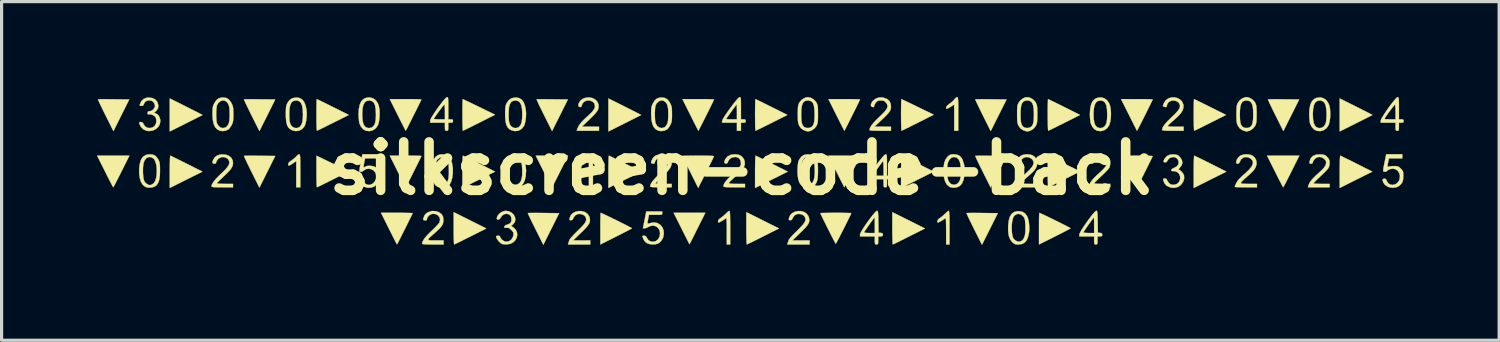
<source format=kicad_pcb>
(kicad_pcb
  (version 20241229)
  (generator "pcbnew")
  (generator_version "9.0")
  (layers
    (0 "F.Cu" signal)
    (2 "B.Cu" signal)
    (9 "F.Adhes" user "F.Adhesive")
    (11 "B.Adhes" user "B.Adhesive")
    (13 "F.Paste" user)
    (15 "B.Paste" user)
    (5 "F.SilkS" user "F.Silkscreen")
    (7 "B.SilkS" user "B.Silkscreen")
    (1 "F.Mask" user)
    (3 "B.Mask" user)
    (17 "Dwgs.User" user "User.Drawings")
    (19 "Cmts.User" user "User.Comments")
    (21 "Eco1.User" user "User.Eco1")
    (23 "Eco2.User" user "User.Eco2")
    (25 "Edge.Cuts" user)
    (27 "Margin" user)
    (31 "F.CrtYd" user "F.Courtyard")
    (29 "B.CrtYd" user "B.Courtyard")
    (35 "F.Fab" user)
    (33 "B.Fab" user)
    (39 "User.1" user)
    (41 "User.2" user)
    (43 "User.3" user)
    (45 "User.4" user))
  (footprint "silkscreen-code-back"
    (layer "F.Cu")
    (at 20.283 2.249)
    (property "Reference" "silkscreen-code-back" (at 0 0 0) (layer "F.SilkS") (effects (font (size 1.524 1.524) (thickness 0.3))))
    (attr through_hole)
    (fp_poly (pts (xy -19.51 0.095) (xy -19.577 0.228) (xy -19.638 0.348) (xy -19.69 0.449) (xy -19.731 0.527) (xy -19.759 0.576) (xy -19.77 0.593) (xy -19.782 0.575) (xy -19.81 0.523) (xy -19.852 0.444) (xy -19.904 0.342) (xy -19.966 0.222) (xy -20.029 0.095) (xy -20.278 -0.402) (xy -19.262 -0.402) (xy -19.51 0.095)) (stroke (width 0.01) (type solid)) (fill yes) (layer "F.SilkS"))
    (fp_poly (pts (xy -8.033 1.889) (xy -8.53 2.139) (xy -8.664 2.206) (xy -8.785 2.267) (xy -8.889 2.318) (xy -8.97 2.357) (xy -9.023 2.382) (xy -9.043 2.391) (xy -9.048 2.371) (xy -9.052 2.314) (xy -9.055 2.227) (xy -9.058 2.115) (xy -9.059 1.983) (xy -9.059 1.884) (xy -9.059 1.376) (xy -8.033 1.889)) (stroke (width 0.01) (type solid)) (fill yes) (layer "F.SilkS"))
    (fp_poly (pts (xy -5.71 0.095) (xy -5.776 0.228) (xy -5.837 0.348) (xy -5.889 0.449) (xy -5.931 0.527) (xy -5.958 0.576) (xy -5.969 0.593) (xy -5.981 0.575) (xy -6.009 0.523) (xy -6.051 0.444) (xy -6.104 0.342) (xy -6.165 0.222) (xy -6.228 0.095) (xy -6.477 -0.402) (xy -5.461 -0.402) (xy -5.71 0.095)) (stroke (width 0.01) (type solid)) (fill yes) (layer "F.SilkS"))
    (fp_poly (pts (xy -1.389 1.889) (xy -1.455 2.021) (xy -1.515 2.141) (xy -1.565 2.242) (xy -1.605 2.32) (xy -1.63 2.369) (xy -1.638 2.386) (xy -1.648 2.369) (xy -1.675 2.319) (xy -1.715 2.241) (xy -1.766 2.139) (xy -1.827 2.02) (xy -1.89 1.893) (xy -2.138 1.397) (xy -1.143 1.397) (xy -1.389 1.889)) (stroke (width 0.01) (type solid)) (fill yes) (layer "F.SilkS"))
    (fp_poly (pts (xy 1.174 1.889) (xy 0.677 2.139) (xy 0.544 2.206) (xy 0.422 2.267) (xy 0.319 2.318) (xy 0.237 2.357) (xy 0.184 2.382) (xy 0.164 2.391) (xy 0.16 2.371) (xy 0.156 2.314) (xy 0.152 2.227) (xy 0.15 2.115) (xy 0.148 1.983) (xy 0.148 1.884) (xy 0.148 1.376) (xy 1.174 1.889)) (stroke (width 0.01) (type solid)) (fill yes) (layer "F.SilkS"))
    (fp_poly (pts (xy 5.768 1.889) (xy 5.27 2.139) (xy 5.137 2.206) (xy 5.015 2.267) (xy 4.912 2.318) (xy 4.831 2.357) (xy 4.777 2.382) (xy 4.757 2.391) (xy 4.753 2.371) (xy 4.749 2.314) (xy 4.746 2.227) (xy 4.743 2.115) (xy 4.742 1.983) (xy 4.741 1.884) (xy 4.741 1.376) (xy 5.768 1.889)) (stroke (width 0.01) (type solid)) (fill yes) (layer "F.SilkS"))
    (fp_poly (pts (xy 17.299 0.095) (xy 17.232 0.228) (xy 17.171 0.348) (xy 17.119 0.449) (xy 17.078 0.527) (xy 17.05 0.576) (xy 17.039 0.593) (xy 17.027 0.575) (xy 16.999 0.523) (xy 16.957 0.444) (xy 16.904 0.342) (xy 16.843 0.222) (xy 16.78 0.095) (xy 16.531 -0.402) (xy 17.547 -0.402) (xy 17.299 0.095)) (stroke (width 0.01) (type solid)) (fill yes) (layer "F.SilkS"))
    (fp_poly (pts (xy -19.834 -2.176) (xy -19.754 -2.175) (xy -19.267 -2.17) (xy -19.516 -1.672) (xy -19.764 -1.175) (xy -20.012 -1.669) (xy -20.078 -1.802) (xy -20.136 -1.922) (xy -20.185 -2.024) (xy -20.222 -2.103) (xy -20.245 -2.154) (xy -20.25 -2.172) (xy -20.228 -2.175) (xy -20.169 -2.176) (xy -20.079 -2.177) (xy -19.966 -2.177) (xy -19.834 -2.176)) (stroke (width 0.01) (type solid)) (fill yes) (layer "F.SilkS"))
    (fp_poly (pts (xy -17.953 -0.392) (xy -17.898 -0.366) (xy -17.816 -0.325) (xy -17.711 -0.274) (xy -17.589 -0.213) (xy -17.463 -0.15) (xy -16.965 0.101) (xy -17.479 0.357) (xy -17.992 0.614) (xy -17.992 0.106) (xy -17.991 -0.036) (xy -17.989 -0.162) (xy -17.987 -0.267) (xy -17.983 -0.346) (xy -17.979 -0.391) (xy -17.976 -0.401) (xy -17.953 -0.392)) (stroke (width 0.01) (type solid)) (fill yes) (layer "F.SilkS"))
    (fp_poly (pts (xy -15.241 -2.176) (xy -15.161 -2.175) (xy -14.674 -2.17) (xy -14.922 -1.672) (xy -15.171 -1.175) (xy -15.419 -1.669) (xy -15.484 -1.802) (xy -15.543 -1.922) (xy -15.592 -2.024) (xy -15.629 -2.103) (xy -15.651 -2.154) (xy -15.657 -2.172) (xy -15.634 -2.175) (xy -15.575 -2.176) (xy -15.486 -2.177) (xy -15.373 -2.177) (xy -15.241 -2.176)) (stroke (width 0.01) (type solid)) (fill yes) (layer "F.SilkS"))
    (fp_poly (pts (xy -15.241 -0.398) (xy -15.161 -0.397) (xy -14.674 -0.392) (xy -14.922 0.106) (xy -15.171 0.603) (xy -15.419 0.109) (xy -15.484 -0.024) (xy -15.543 -0.144) (xy -15.592 -0.246) (xy -15.629 -0.325) (xy -15.651 -0.376) (xy -15.657 -0.394) (xy -15.634 -0.397) (xy -15.575 -0.398) (xy -15.486 -0.399) (xy -15.373 -0.399) (xy -15.241 -0.398)) (stroke (width 0.01) (type solid)) (fill yes) (layer "F.SilkS"))
    (fp_poly (pts (xy -8.746 -0.392) (xy -8.691 -0.366) (xy -8.608 -0.325) (xy -8.503 -0.274) (xy -8.381 -0.213) (xy -8.255 -0.15) (xy -7.758 0.101) (xy -8.271 0.357) (xy -8.784 0.614) (xy -8.784 0.106) (xy -8.784 -0.036) (xy -8.782 -0.162) (xy -8.779 -0.267) (xy -8.776 -0.346) (xy -8.771 -0.391) (xy -8.768 -0.401) (xy -8.746 -0.392)) (stroke (width 0.01) (type solid)) (fill yes) (layer "F.SilkS"))
    (fp_poly (pts (xy -6.309 1.401) (xy -6.229 1.402) (xy -5.741 1.408) (xy -5.99 1.905) (xy -6.239 2.402) (xy -6.486 1.908) (xy -6.552 1.775) (xy -6.611 1.655) (xy -6.66 1.553) (xy -6.697 1.474) (xy -6.719 1.423) (xy -6.725 1.405) (xy -6.702 1.403) (xy -6.643 1.401) (xy -6.554 1.4) (xy -6.44 1.4) (xy -6.309 1.401)) (stroke (width 0.01) (type solid)) (fill yes) (layer "F.SilkS"))
    (fp_poly (pts (xy -6.034 -2.176) (xy -5.954 -2.175) (xy -5.466 -2.17) (xy -5.715 -1.672) (xy -5.964 -1.175) (xy -6.211 -1.669) (xy -6.277 -1.802) (xy -6.336 -1.922) (xy -6.385 -2.024) (xy -6.421 -2.103) (xy -6.444 -2.154) (xy -6.45 -2.172) (xy -6.427 -2.175) (xy -6.368 -2.176) (xy -6.279 -2.177) (xy -6.165 -2.177) (xy -6.034 -2.176)) (stroke (width 0.01) (type solid)) (fill yes) (layer "F.SilkS"))
    (fp_poly (pts (xy -4.153 -0.392) (xy -4.098 -0.366) (xy -4.015 -0.325) (xy -3.91 -0.274) (xy -3.788 -0.213) (xy -3.662 -0.15) (xy -3.165 0.101) (xy -3.678 0.357) (xy -4.191 0.614) (xy -4.191 0.106) (xy -4.19 -0.036) (xy -4.189 -0.162) (xy -4.186 -0.267) (xy -4.182 -0.346) (xy -4.178 -0.391) (xy -4.175 -0.401) (xy -4.153 -0.392)) (stroke (width 0.01) (type solid)) (fill yes) (layer "F.SilkS"))
    (fp_poly (pts (xy 0.462 -0.392) (xy 0.517 -0.366) (xy 0.599 -0.325) (xy 0.704 -0.274) (xy 0.826 -0.213) (xy 0.952 -0.15) (xy 1.45 0.101) (xy 0.936 0.357) (xy 0.423 0.614) (xy 0.423 0.106) (xy 0.424 -0.036) (xy 0.426 -0.162) (xy 0.428 -0.267) (xy 0.432 -0.346) (xy 0.436 -0.391) (xy 0.439 -0.401) (xy 0.462 -0.392)) (stroke (width 0.01) (type solid)) (fill yes) (layer "F.SilkS"))
    (fp_poly (pts (xy 5.055 -0.392) (xy 5.11 -0.366) (xy 5.192 -0.325) (xy 5.297 -0.274) (xy 5.419 -0.213) (xy 5.545 -0.15) (xy 6.043 0.101) (xy 5.53 0.357) (xy 5.016 0.614) (xy 5.016 0.106) (xy 5.017 -0.036) (xy 5.019 -0.162) (xy 5.022 -0.267) (xy 5.025 -0.346) (xy 5.029 -0.391) (xy 5.032 -0.401) (xy 5.055 -0.392)) (stroke (width 0.01) (type solid)) (fill yes) (layer "F.SilkS"))
    (fp_poly (pts (xy 7.492 1.401) (xy 7.572 1.402) (xy 8.059 1.408) (xy 7.811 1.905) (xy 7.562 2.402) (xy 7.314 1.908) (xy 7.249 1.775) (xy 7.19 1.655) (xy 7.141 1.553) (xy 7.104 1.474) (xy 7.082 1.423) (xy 7.076 1.405) (xy 7.099 1.403) (xy 7.158 1.401) (xy 7.247 1.4) (xy 7.36 1.4) (xy 7.492 1.401)) (stroke (width 0.01) (type solid)) (fill yes) (layer "F.SilkS"))
    (fp_poly (pts (xy 7.767 -2.176) (xy 7.847 -2.175) (xy 8.335 -2.17) (xy 8.086 -1.672) (xy 7.837 -1.175) (xy 7.59 -1.669) (xy 7.524 -1.802) (xy 7.465 -1.922) (xy 7.416 -2.024) (xy 7.379 -2.103) (xy 7.357 -2.154) (xy 7.351 -2.172) (xy 7.374 -2.175) (xy 7.433 -2.176) (xy 7.522 -2.177) (xy 7.635 -2.177) (xy 7.767 -2.176)) (stroke (width 0.01) (type solid)) (fill yes) (layer "F.SilkS"))
    (fp_poly (pts (xy 7.767 -0.398) (xy 7.847 -0.397) (xy 8.335 -0.392) (xy 8.086 0.106) (xy 7.837 0.603) (xy 7.59 0.109) (xy 7.524 -0.024) (xy 7.465 -0.144) (xy 7.416 -0.246) (xy 7.379 -0.325) (xy 7.357 -0.376) (xy 7.351 -0.394) (xy 7.374 -0.397) (xy 7.433 -0.398) (xy 7.522 -0.399) (xy 7.635 -0.399) (xy 7.767 -0.398)) (stroke (width 0.01) (type solid)) (fill yes) (layer "F.SilkS"))
    (fp_poly (pts (xy 14.262 -0.392) (xy 14.317 -0.366) (xy 14.4 -0.325) (xy 14.505 -0.274) (xy 14.627 -0.213) (xy 14.753 -0.15) (xy 15.25 0.101) (xy 14.737 0.357) (xy 14.224 0.614) (xy 14.224 0.106) (xy 14.225 -0.036) (xy 14.226 -0.162) (xy 14.229 -0.267) (xy 14.233 -0.346) (xy 14.237 -0.391) (xy 14.24 -0.401) (xy 14.262 -0.392)) (stroke (width 0.01) (type solid)) (fill yes) (layer "F.SilkS"))
    (fp_poly (pts (xy 16.975 -2.176) (xy 17.055 -2.175) (xy 17.542 -2.17) (xy 17.293 -1.672) (xy 17.044 -1.175) (xy 16.797 -1.669) (xy 16.731 -1.802) (xy 16.673 -1.922) (xy 16.624 -2.024) (xy 16.587 -2.103) (xy 16.564 -2.154) (xy 16.559 -2.172) (xy 16.581 -2.175) (xy 16.64 -2.176) (xy 16.73 -2.177) (xy 16.843 -2.177) (xy 16.975 -2.176)) (stroke (width 0.01) (type solid)) (fill yes) (layer "F.SilkS"))
    (fp_poly (pts (xy 18.855 -0.392) (xy 18.911 -0.366) (xy 18.993 -0.325) (xy 19.098 -0.274) (xy 19.22 -0.213) (xy 19.346 -0.15) (xy 19.843 0.101) (xy 19.33 0.357) (xy 18.817 0.614) (xy 18.817 0.106) (xy 18.818 -0.036) (xy 18.82 -0.162) (xy 18.822 -0.267) (xy 18.826 -0.346) (xy 18.83 -0.391) (xy 18.833 -0.401) (xy 18.855 -0.392)) (stroke (width 0.01) (type solid)) (fill yes) (layer "F.SilkS"))
    (fp_poly (pts (xy -17.474 -1.943) (xy -17.339 -1.875) (xy -17.217 -1.813) (xy -17.113 -1.761) (xy -17.033 -1.72) (xy -16.981 -1.692) (xy -16.961 -1.681) (xy -16.961 -1.681) (xy -16.98 -1.671) (xy -17.032 -1.644) (xy -17.113 -1.604) (xy -17.216 -1.552) (xy -17.338 -1.491) (xy -17.472 -1.423) (xy -17.478 -1.42) (xy -17.992 -1.164) (xy -17.992 -2.201) (xy -17.474 -1.943)) (stroke (width 0.01) (type solid)) (fill yes) (layer "F.SilkS"))
    (fp_poly (pts (xy -3.673 -1.943) (xy -3.538 -1.875) (xy -3.416 -1.813) (xy -3.313 -1.761) (xy -3.232 -1.72) (xy -3.18 -1.692) (xy -3.16 -1.681) (xy -3.16 -1.681) (xy -3.179 -1.671) (xy -3.232 -1.644) (xy -3.312 -1.604) (xy -3.415 -1.552) (xy -3.537 -1.491) (xy -3.672 -1.423) (xy -3.678 -1.42) (xy -4.191 -1.164) (xy -4.191 -2.201) (xy -3.673 -1.943)) (stroke (width 0.01) (type solid)) (fill yes) (layer "F.SilkS"))
    (fp_poly (pts (xy 19.335 -1.943) (xy 19.47 -1.875) (xy 19.592 -1.813) (xy 19.695 -1.761) (xy 19.776 -1.72) (xy 19.828 -1.692) (xy 19.848 -1.681) (xy 19.848 -1.681) (xy 19.829 -1.671) (xy 19.776 -1.644) (xy 19.696 -1.604) (xy 19.593 -1.552) (xy 19.471 -1.491) (xy 19.336 -1.423) (xy 19.33 -1.42) (xy 18.817 -1.164) (xy 18.817 -2.201) (xy 19.335 -1.943)) (stroke (width 0.01) (type solid)) (fill yes) (layer "F.SilkS"))
    (fp_poly (pts (xy -13.012 -0.224) (xy -12.886 -0.164) (xy -12.762 -0.104) (xy -12.65 -0.049) (xy -12.558 -0.004) (xy -12.504 0.023) (xy -12.36 0.094) (xy -12.853 0.342) (xy -12.986 0.409) (xy -13.106 0.469) (xy -13.209 0.52) (xy -13.29 0.559) (xy -13.342 0.584) (xy -13.361 0.592) (xy -13.366 0.572) (xy -13.37 0.515) (xy -13.373 0.428) (xy -13.376 0.316) (xy -13.377 0.186) (xy -13.377 0.096) (xy -13.377 -0.4) (xy -13.012 -0.224)) (stroke (width 0.01) (type solid)) (fill yes) (layer "F.SilkS"))
    (fp_poly (pts (xy 9.996 -0.224) (xy 10.122 -0.164) (xy 10.246 -0.104) (xy 10.358 -0.049) (xy 10.45 -0.004) (xy 10.505 0.023) (xy 10.648 0.094) (xy 10.155 0.342) (xy 10.022 0.409) (xy 9.902 0.469) (xy 9.799 0.52) (xy 9.718 0.559) (xy 9.666 0.584) (xy 9.647 0.592) (xy 9.642 0.572) (xy 9.638 0.515) (xy 9.635 0.428) (xy 9.632 0.316) (xy 9.631 0.186) (xy 9.631 0.096) (xy 9.631 -0.4) (xy 9.996 -0.224)) (stroke (width 0.01) (type solid)) (fill yes) (layer "F.SilkS"))
    (fp_poly (pts (xy -13.912 -0.442) (xy -13.903 -0.432) (xy -13.896 -0.409) (xy -13.891 -0.368) (xy -13.888 -0.305) (xy -13.886 -0.214) (xy -13.886 -0.091) (xy -13.885 0.069) (xy -13.885 0.593) (xy -14.012 0.593) (xy -14.012 -0.23) (xy -14.12 -0.157) (xy -14.191 -0.112) (xy -14.235 -0.09) (xy -14.258 -0.093) (xy -14.266 -0.118) (xy -14.266 -0.134) (xy -14.254 -0.173) (xy -14.212 -0.216) (xy -14.16 -0.253) (xy -14.092 -0.302) (xy -14.033 -0.354) (xy -14.007 -0.383) (xy -13.967 -0.424) (xy -13.928 -0.444) (xy -13.924 -0.445) (xy -13.912 -0.442)) (stroke (width 0.01) (type solid)) (fill yes) (layer "F.SilkS"))
    (fp_poly (pts (xy -13.346 -2.171) (xy -13.292 -2.146) (xy -13.211 -2.106) (xy -13.107 -2.055) (xy -12.985 -1.995) (xy -12.859 -1.932) (xy -12.361 -1.683) (xy -12.853 -1.435) (xy -12.986 -1.369) (xy -13.107 -1.309) (xy -13.21 -1.258) (xy -13.29 -1.219) (xy -13.342 -1.194) (xy -13.361 -1.186) (xy -13.366 -1.206) (xy -13.37 -1.263) (xy -13.373 -1.35) (xy -13.376 -1.462) (xy -13.377 -1.593) (xy -13.377 -1.683) (xy -13.377 -1.823) (xy -13.376 -1.948) (xy -13.374 -2.051) (xy -13.372 -2.128) (xy -13.369 -2.172) (xy -13.367 -2.18) (xy -13.346 -2.171)) (stroke (width 0.01) (type solid)) (fill yes) (layer "F.SilkS"))
    (fp_poly (pts (xy -8.753 -2.171) (xy -8.699 -2.146) (xy -8.617 -2.107) (xy -8.512 -2.057) (xy -8.39 -1.998) (xy -8.26 -1.935) (xy -7.758 -1.69) (xy -8.255 -1.439) (xy -8.389 -1.372) (xy -8.51 -1.311) (xy -8.614 -1.26) (xy -8.695 -1.22) (xy -8.748 -1.195) (xy -8.768 -1.186) (xy -8.773 -1.206) (xy -8.777 -1.263) (xy -8.78 -1.35) (xy -8.782 -1.462) (xy -8.784 -1.593) (xy -8.784 -1.683) (xy -8.784 -1.823) (xy -8.783 -1.948) (xy -8.781 -2.051) (xy -8.778 -2.128) (xy -8.776 -2.172) (xy -8.774 -2.18) (xy -8.753 -2.171)) (stroke (width 0.01) (type solid)) (fill yes) (layer "F.SilkS"))
    (fp_poly (pts (xy -4.704 -0.442) (xy -4.695 -0.432) (xy -4.688 -0.409) (xy -4.684 -0.369) (xy -4.681 -0.306) (xy -4.679 -0.215) (xy -4.678 -0.092) (xy -4.678 0.068) (xy -4.678 0.593) (xy -4.805 0.593) (xy -4.805 -0.235) (xy -4.895 -0.174) (xy -4.972 -0.124) (xy -5.021 -0.1) (xy -5.048 -0.1) (xy -5.058 -0.123) (xy -5.059 -0.135) (xy -5.043 -0.18) (xy -4.992 -0.228) (xy -4.969 -0.244) (xy -4.9 -0.296) (xy -4.835 -0.355) (xy -4.817 -0.374) (xy -4.771 -0.417) (xy -4.728 -0.442) (xy -4.716 -0.445) (xy -4.704 -0.442)) (stroke (width 0.01) (type solid)) (fill yes) (layer "F.SilkS"))
    (fp_poly (pts (xy -1.225 -0.402) (xy -1.101 -0.4) (xy -0.997 -0.397) (xy -0.921 -0.393) (xy -0.877 -0.389) (xy -0.869 -0.386) (xy -0.878 -0.364) (xy -0.904 -0.309) (xy -0.945 -0.226) (xy -0.996 -0.122) (xy -1.057 0.000315) (xy -1.118 0.122) (xy -1.366 0.614) (xy -1.614 0.116) (xy -1.681 -0.017) (xy -1.74 -0.138) (xy -1.791 -0.241) (xy -1.83 -0.321) (xy -1.855 -0.373) (xy -1.863 -0.392) (xy -1.842 -0.395) (xy -1.786 -0.397) (xy -1.698 -0.399) (xy -1.586 -0.401) (xy -1.455 -0.402) (xy -1.365 -0.402) (xy -1.225 -0.402)) (stroke (width 0.01) (type solid)) (fill yes) (layer "F.SilkS"))
    (fp_poly (pts (xy 0.455 -2.171) (xy 0.509 -2.146) (xy 0.59 -2.106) (xy 0.694 -2.055) (xy 0.815 -1.995) (xy 0.942 -1.932) (xy 1.44 -1.683) (xy 0.947 -1.435) (xy 0.814 -1.369) (xy 0.694 -1.309) (xy 0.591 -1.258) (xy 0.511 -1.219) (xy 0.458 -1.194) (xy 0.439 -1.186) (xy 0.435 -1.206) (xy 0.431 -1.263) (xy 0.427 -1.35) (xy 0.425 -1.462) (xy 0.424 -1.593) (xy 0.423 -1.683) (xy 0.424 -1.823) (xy 0.425 -1.948) (xy 0.427 -2.051) (xy 0.429 -2.128) (xy 0.432 -2.172) (xy 0.434 -2.18) (xy 0.455 -2.171)) (stroke (width 0.01) (type solid)) (fill yes) (layer "F.SilkS"))
    (fp_poly (pts (xy 5.048 -2.171) (xy 5.102 -2.146) (xy 5.184 -2.107) (xy 5.288 -2.057) (xy 5.411 -1.998) (xy 5.54 -1.935) (xy 6.043 -1.69) (xy 5.546 -1.439) (xy 5.412 -1.372) (xy 5.291 -1.311) (xy 5.187 -1.26) (xy 5.106 -1.22) (xy 5.053 -1.195) (xy 5.032 -1.186) (xy 5.028 -1.206) (xy 5.024 -1.263) (xy 5.021 -1.35) (xy 5.018 -1.462) (xy 5.017 -1.593) (xy 5.016 -1.683) (xy 5.017 -1.823) (xy 5.018 -1.948) (xy 5.02 -2.051) (xy 5.022 -2.128) (xy 5.025 -2.172) (xy 5.027 -2.18) (xy 5.048 -2.171)) (stroke (width 0.01) (type solid)) (fill yes) (layer "F.SilkS"))
    (fp_poly (pts (xy 9.662 -2.171) (xy 9.716 -2.146) (xy 9.797 -2.106) (xy 9.901 -2.055) (xy 10.023 -1.995) (xy 10.149 -1.932) (xy 10.647 -1.683) (xy 10.155 -1.435) (xy 10.022 -1.369) (xy 9.901 -1.309) (xy 9.798 -1.258) (xy 9.718 -1.219) (xy 9.666 -1.194) (xy 9.647 -1.186) (xy 9.642 -1.206) (xy 9.638 -1.263) (xy 9.635 -1.35) (xy 9.633 -1.462) (xy 9.631 -1.593) (xy 9.631 -1.683) (xy 9.631 -1.823) (xy 9.632 -1.948) (xy 9.634 -2.051) (xy 9.637 -2.128) (xy 9.639 -2.172) (xy 9.641 -2.18) (xy 9.662 -2.171)) (stroke (width 0.01) (type solid)) (fill yes) (layer "F.SilkS"))
    (fp_poly (pts (xy 12.575 -0.402) (xy 12.7 -0.4) (xy 12.803 -0.397) (xy 12.88 -0.393) (xy 12.924 -0.389) (xy 12.932 -0.386) (xy 12.922 -0.364) (xy 12.896 -0.309) (xy 12.856 -0.226) (xy 12.804 -0.122) (xy 12.744 0.000315) (xy 12.683 0.122) (xy 12.435 0.614) (xy 12.187 0.116) (xy 12.12 -0.017) (xy 12.06 -0.138) (xy 12.01 -0.241) (xy 11.971 -0.321) (xy 11.946 -0.373) (xy 11.938 -0.392) (xy 11.958 -0.395) (xy 12.015 -0.397) (xy 12.102 -0.399) (xy 12.214 -0.401) (xy 12.345 -0.402) (xy 12.435 -0.402) (xy 12.575 -0.402)) (stroke (width 0.01) (type solid)) (fill yes) (layer "F.SilkS"))
    (fp_poly (pts (xy 14.255 -2.171) (xy 14.309 -2.146) (xy 14.391 -2.106) (xy 14.495 -2.055) (xy 14.616 -1.995) (xy 14.743 -1.932) (xy 15.24 -1.683) (xy 14.748 -1.435) (xy 14.615 -1.369) (xy 14.495 -1.309) (xy 14.392 -1.258) (xy 14.311 -1.219) (xy 14.259 -1.194) (xy 14.24 -1.186) (xy 14.235 -1.206) (xy 14.231 -1.263) (xy 14.228 -1.35) (xy 14.226 -1.462) (xy 14.224 -1.593) (xy 14.224 -1.683) (xy 14.224 -1.823) (xy 14.226 -1.948) (xy 14.227 -2.051) (xy 14.23 -2.128) (xy 14.233 -2.172) (xy 14.234 -2.18) (xy 14.255 -2.171)) (stroke (width 0.01) (type solid)) (fill yes) (layer "F.SilkS"))
    (fp_poly (pts (xy -10.708 1.397) (xy -10.583 1.399) (xy -10.479 1.401) (xy -10.403 1.403) (xy -10.359 1.406) (xy -10.351 1.408) (xy -10.359 1.429) (xy -10.384 1.481) (xy -10.422 1.559) (xy -10.47 1.656) (xy -10.525 1.766) (xy -10.583 1.883) (xy -10.642 2) (xy -10.698 2.113) (xy -10.75 2.214) (xy -10.793 2.298) (xy -10.824 2.358) (xy -10.841 2.389) (xy -10.843 2.392) (xy -10.853 2.374) (xy -10.88 2.323) (xy -10.921 2.244) (xy -10.973 2.141) (xy -11.033 2.021) (xy -11.097 1.894) (xy -11.345 1.397) (xy -10.848 1.397) (xy -10.708 1.397)) (stroke (width 0.01) (type solid)) (fill yes) (layer "F.SilkS"))
    (fp_poly (pts (xy -10.433 -2.18) (xy -10.308 -2.179) (xy -10.204 -2.177) (xy -10.127 -2.174) (xy -10.084 -2.171) (xy -10.075 -2.169) (xy -10.084 -2.148) (xy -10.109 -2.096) (xy -10.147 -2.018) (xy -10.195 -1.921) (xy -10.249 -1.811) (xy -10.308 -1.695) (xy -10.367 -1.577) (xy -10.423 -1.464) (xy -10.475 -1.363) (xy -10.517 -1.279) (xy -10.549 -1.219) (xy -10.566 -1.188) (xy -10.568 -1.185) (xy -10.578 -1.203) (xy -10.605 -1.255) (xy -10.646 -1.334) (xy -10.698 -1.436) (xy -10.758 -1.556) (xy -10.822 -1.683) (xy -11.07 -2.18) (xy -10.573 -2.18) (xy -10.433 -2.18)) (stroke (width 0.01) (type solid)) (fill yes) (layer "F.SilkS"))
    (fp_poly (pts (xy -10.433 -0.402) (xy -10.308 -0.401) (xy -10.204 -0.399) (xy -10.127 -0.396) (xy -10.084 -0.393) (xy -10.075 -0.391) (xy -10.084 -0.37) (xy -10.109 -0.318) (xy -10.147 -0.24) (xy -10.195 -0.143) (xy -10.249 -0.033) (xy -10.308 0.083) (xy -10.367 0.201) (xy -10.423 0.314) (xy -10.475 0.415) (xy -10.517 0.499) (xy -10.549 0.559) (xy -10.566 0.59) (xy -10.568 0.593) (xy -10.578 0.575) (xy -10.605 0.523) (xy -10.646 0.444) (xy -10.698 0.342) (xy -10.758 0.222) (xy -10.822 0.095) (xy -11.07 -0.402) (xy -10.573 -0.402) (xy -10.433 -0.402)) (stroke (width 0.01) (type solid)) (fill yes) (layer "F.SilkS"))
    (fp_poly (pts (xy -4.411 1.406) (xy -4.356 1.431) (xy -4.277 1.468) (xy -4.178 1.515) (xy -4.068 1.569) (xy -3.95 1.627) (xy -3.832 1.685) (xy -3.72 1.741) (xy -3.62 1.791) (xy -3.538 1.834) (xy -3.48 1.864) (xy -3.452 1.881) (xy -3.45 1.882) (xy -3.468 1.895) (xy -3.519 1.923) (xy -3.599 1.965) (xy -3.701 2.018) (xy -3.821 2.08) (xy -3.948 2.143) (xy -4.445 2.392) (xy -4.445 1.894) (xy -4.445 1.754) (xy -4.443 1.63) (xy -4.441 1.526) (xy -4.439 1.449) (xy -4.436 1.405) (xy -4.434 1.397) (xy -4.411 1.406)) (stroke (width 0.01) (type solid)) (fill yes) (layer "F.SilkS"))
    (fp_poly (pts (xy -1.225 -2.18) (xy -1.1 -2.179) (xy -0.997 -2.177) (xy -0.92 -2.174) (xy -0.876 -2.171) (xy -0.868 -2.169) (xy -0.877 -2.148) (xy -0.902 -2.096) (xy -0.94 -2.018) (xy -0.987 -1.921) (xy -1.042 -1.811) (xy -1.1 -1.695) (xy -1.159 -1.577) (xy -1.216 -1.464) (xy -1.267 -1.363) (xy -1.31 -1.279) (xy -1.341 -1.219) (xy -1.358 -1.188) (xy -1.36 -1.185) (xy -1.371 -1.203) (xy -1.398 -1.255) (xy -1.438 -1.334) (xy -1.49 -1.436) (xy -1.551 -1.556) (xy -1.614 -1.683) (xy -1.863 -2.18) (xy -1.365 -2.18) (xy -1.225 -2.18)) (stroke (width 0.01) (type solid)) (fill yes) (layer "F.SilkS"))
    (fp_poly (pts (xy 3.368 -2.18) (xy 3.493 -2.179) (xy 3.596 -2.177) (xy 3.673 -2.174) (xy 3.717 -2.171) (xy 3.725 -2.169) (xy 3.716 -2.148) (xy 3.691 -2.096) (xy 3.654 -2.018) (xy 3.606 -1.921) (xy 3.551 -1.811) (xy 3.493 -1.695) (xy 3.434 -1.577) (xy 3.377 -1.464) (xy 3.326 -1.363) (xy 3.283 -1.279) (xy 3.252 -1.219) (xy 3.235 -1.188) (xy 3.233 -1.185) (xy 3.222 -1.203) (xy 3.196 -1.255) (xy 3.155 -1.334) (xy 3.103 -1.436) (xy 3.043 -1.556) (xy 2.979 -1.683) (xy 2.731 -2.18) (xy 3.228 -2.18) (xy 3.368 -2.18)) (stroke (width 0.01) (type solid)) (fill yes) (layer "F.SilkS"))
    (fp_poly (pts (xy 3.368 -0.402) (xy 3.493 -0.401) (xy 3.596 -0.399) (xy 3.673 -0.396) (xy 3.717 -0.393) (xy 3.725 -0.391) (xy 3.716 -0.37) (xy 3.691 -0.318) (xy 3.654 -0.24) (xy 3.606 -0.143) (xy 3.551 -0.033) (xy 3.493 0.083) (xy 3.434 0.201) (xy 3.377 0.314) (xy 3.326 0.415) (xy 3.283 0.499) (xy 3.252 0.559) (xy 3.235 0.59) (xy 3.233 0.593) (xy 3.222 0.575) (xy 3.196 0.523) (xy 3.155 0.444) (xy 3.103 0.342) (xy 3.043 0.222) (xy 2.979 0.095) (xy 2.731 -0.402) (xy 3.228 -0.402) (xy 3.368 -0.402)) (stroke (width 0.01) (type solid)) (fill yes) (layer "F.SilkS"))
    (fp_poly (pts (xy 6.79 -2.241) (xy 6.799 -2.23) (xy 6.805 -2.205) (xy 6.81 -2.163) (xy 6.813 -2.097) (xy 6.815 -2.003) (xy 6.815 -1.877) (xy 6.816 -1.714) (xy 6.816 -1.185) (xy 6.689 -1.185) (xy 6.689 -2.014) (xy 6.63 -1.973) (xy 6.569 -1.933) (xy 6.503 -1.897) (xy 6.458 -1.875) (xy 6.439 -1.875) (xy 6.435 -1.9) (xy 6.435 -1.912) (xy 6.447 -1.951) (xy 6.489 -1.995) (xy 6.546 -2.038) (xy 6.613 -2.09) (xy 6.671 -2.145) (xy 6.699 -2.179) (xy 6.737 -2.222) (xy 6.774 -2.243) (xy 6.779 -2.244) (xy 6.79 -2.241)) (stroke (width 0.01) (type solid)) (fill yes) (layer "F.SilkS"))
    (fp_poly (pts (xy 9.39 1.406) (xy 9.444 1.431) (xy 9.524 1.468) (xy 9.622 1.515) (xy 9.733 1.569) (xy 9.851 1.627) (xy 9.968 1.685) (xy 10.081 1.741) (xy 10.181 1.791) (xy 10.263 1.834) (xy 10.321 1.864) (xy 10.349 1.881) (xy 10.351 1.882) (xy 10.332 1.895) (xy 10.281 1.923) (xy 10.202 1.965) (xy 10.1 2.018) (xy 9.979 2.08) (xy 9.853 2.143) (xy 9.356 2.392) (xy 9.356 1.894) (xy 9.356 1.754) (xy 9.357 1.63) (xy 9.359 1.526) (xy 9.362 1.449) (xy 9.365 1.405) (xy 9.367 1.397) (xy 9.39 1.406)) (stroke (width 0.01) (type solid)) (fill yes) (layer "F.SilkS"))
    (fp_poly (pts (xy 12.576 -2.18) (xy 12.7 -2.179) (xy 12.804 -2.177) (xy 12.881 -2.174) (xy 12.925 -2.171) (xy 12.933 -2.169) (xy 12.924 -2.148) (xy 12.899 -2.096) (xy 12.861 -2.018) (xy 12.813 -1.921) (xy 12.759 -1.811) (xy 12.701 -1.695) (xy 12.642 -1.577) (xy 12.585 -1.464) (xy 12.534 -1.363) (xy 12.491 -1.279) (xy 12.459 -1.219) (xy 12.442 -1.188) (xy 12.44 -1.185) (xy 12.43 -1.203) (xy 12.403 -1.255) (xy 12.362 -1.334) (xy 12.311 -1.436) (xy 12.25 -1.556) (xy 12.187 -1.683) (xy 11.938 -2.18) (xy 12.435 -2.18) (xy 12.576 -2.18)) (stroke (width 0.01) (type solid)) (fill yes) (layer "F.SilkS"))
    (fp_poly (pts (xy -0.378 1.343) (xy -0.371 1.374) (xy -0.366 1.43) (xy -0.363 1.515) (xy -0.361 1.633) (xy -0.36 1.789) (xy -0.36 1.863) (xy -0.36 2.392) (xy -0.466 2.392) (xy -0.466 1.979) (xy -0.466 1.852) (xy -0.468 1.741) (xy -0.471 1.652) (xy -0.474 1.592) (xy -0.478 1.567) (xy -0.478 1.566) (xy -0.503 1.577) (xy -0.544 1.604) (xy -0.547 1.606) (xy -0.607 1.644) (xy -0.672 1.68) (xy -0.717 1.702) (xy -0.737 1.702) (xy -0.741 1.676) (xy -0.741 1.662) (xy -0.728 1.618) (xy -0.685 1.575) (xy -0.656 1.556) (xy -0.59 1.507) (xy -0.519 1.445) (xy -0.492 1.418) (xy -0.443 1.371) (xy -0.403 1.34) (xy -0.386 1.334) (xy -0.378 1.343)) (stroke (width 0.01) (type solid)) (fill yes) (layer "F.SilkS"))
    (fp_poly (pts (xy 6.523 1.343) (xy 6.529 1.374) (xy 6.534 1.43) (xy 6.538 1.515) (xy 6.54 1.633) (xy 6.54 1.789) (xy 6.54 1.863) (xy 6.54 2.392) (xy 6.435 2.392) (xy 6.435 1.979) (xy 6.434 1.852) (xy 6.432 1.741) (xy 6.43 1.652) (xy 6.426 1.592) (xy 6.423 1.567) (xy 6.422 1.566) (xy 6.398 1.577) (xy 6.356 1.604) (xy 6.353 1.606) (xy 6.293 1.644) (xy 6.228 1.68) (xy 6.183 1.702) (xy 6.164 1.702) (xy 6.16 1.676) (xy 6.16 1.662) (xy 6.172 1.618) (xy 6.216 1.575) (xy 6.244 1.556) (xy 6.311 1.507) (xy 6.381 1.445) (xy 6.408 1.418) (xy 6.457 1.371) (xy 6.497 1.34) (xy 6.514 1.334) (xy 6.523 1.343)) (stroke (width 0.01) (type solid)) (fill yes) (layer "F.SilkS"))
    (fp_poly (pts (xy 3.102 1.397) (xy 3.225 1.399) (xy 3.327 1.401) (xy 3.402 1.403) (xy 3.443 1.406) (xy 3.45 1.407) (xy 3.441 1.43) (xy 3.416 1.484) (xy 3.378 1.562) (xy 3.33 1.659) (xy 3.275 1.769) (xy 3.217 1.885) (xy 3.158 2.001) (xy 3.102 2.111) (xy 3.051 2.21) (xy 3.009 2.289) (xy 2.979 2.345) (xy 2.964 2.37) (xy 2.963 2.371) (xy 2.951 2.353) (xy 2.923 2.302) (xy 2.881 2.223) (xy 2.829 2.121) (xy 2.768 2.002) (xy 2.714 1.894) (xy 2.649 1.764) (xy 2.591 1.646) (xy 2.542 1.547) (xy 2.505 1.47) (xy 2.483 1.422) (xy 2.477 1.407) (xy 2.497 1.404) (xy 2.553 1.402) (xy 2.64 1.4) (xy 2.752 1.398) (xy 2.883 1.397) (xy 2.963 1.397) (xy 3.102 1.397)) (stroke (width 0.01) (type solid)) (fill yes) (layer "F.SilkS"))
    (fp_poly (pts (xy -4.691 -2.213) (xy -4.604 -2.166) (xy -4.539 -2.098) (xy -4.503 -2.012) (xy -4.5 -1.915) (xy -4.518 -1.848) (xy -4.552 -1.793) (xy -4.617 -1.715) (xy -4.711 -1.616) (xy -4.789 -1.54) (xy -5.027 -1.313) (xy -4.757 -1.313) (xy -4.487 -1.312) (xy -4.487 -1.185) (xy -5.189 -1.185) (xy -5.174 -1.233) (xy -5.126 -1.339) (xy -5.043 -1.452) (xy -4.921 -1.575) (xy -4.897 -1.596) (xy -4.788 -1.696) (xy -4.708 -1.776) (xy -4.656 -1.842) (xy -4.626 -1.899) (xy -4.615 -1.951) (xy -4.614 -1.962) (xy -4.631 -2.038) (xy -4.677 -2.093) (xy -4.741 -2.127) (xy -4.816 -2.14) (xy -4.891 -2.13) (xy -4.958 -2.097) (xy -5.008 -2.04) (xy -5.027 -1.989) (xy -5.048 -1.939) (xy -5.083 -1.929) (xy -5.12 -1.945) (xy -5.139 -1.98) (xy -5.13 -2.035) (xy -5.094 -2.101) (xy -5.069 -2.134) (xy -4.992 -2.194) (xy -4.913 -2.222) (xy -4.796 -2.233) (xy -4.691 -2.213)) (stroke (width 0.01) (type solid)) (fill yes) (layer "F.SilkS"))
    (fp_poly (pts (xy -5.032 1.343) (xy -4.939 1.369) (xy -4.86 1.419) (xy -4.803 1.493) (xy -4.784 1.542) (xy -4.772 1.607) (xy -4.774 1.666) (xy -4.793 1.726) (xy -4.833 1.791) (xy -4.898 1.868) (xy -4.99 1.963) (xy -5.055 2.026) (xy -5.302 2.264) (xy -4.763 2.265) (xy -4.763 2.392) (xy -5.464 2.392) (xy -5.449 2.344) (xy -5.429 2.285) (xy -5.414 2.244) (xy -5.393 2.211) (xy -5.346 2.156) (xy -5.28 2.085) (xy -5.201 2.004) (xy -5.154 1.958) (xy -5.051 1.856) (xy -4.977 1.777) (xy -4.928 1.713) (xy -4.9 1.661) (xy -4.891 1.613) (xy -4.896 1.565) (xy -4.898 1.556) (xy -4.933 1.495) (xy -4.995 1.452) (xy -5.072 1.432) (xy -5.152 1.436) (xy -5.222 1.468) (xy -5.236 1.479) (xy -5.277 1.529) (xy -5.301 1.579) (xy -5.324 1.619) (xy -5.369 1.63) (xy -5.406 1.626) (xy -5.417 1.605) (xy -5.41 1.562) (xy -5.374 1.472) (xy -5.309 1.406) (xy -5.225 1.362) (xy -5.13 1.341) (xy -5.032 1.343)) (stroke (width 0.01) (type solid)) (fill yes) (layer "F.SilkS"))
    (fp_poly (pts (xy 1.868 1.343) (xy 1.961 1.369) (xy 2.04 1.419) (xy 2.097 1.493) (xy 2.116 1.542) (xy 2.129 1.607) (xy 2.127 1.666) (xy 2.107 1.726) (xy 2.067 1.791) (xy 2.002 1.868) (xy 1.91 1.963) (xy 1.845 2.026) (xy 1.598 2.264) (xy 2.138 2.265) (xy 2.138 2.392) (xy 1.436 2.392) (xy 1.451 2.344) (xy 1.471 2.285) (xy 1.486 2.244) (xy 1.508 2.211) (xy 1.554 2.156) (xy 1.62 2.085) (xy 1.7 2.004) (xy 1.747 1.958) (xy 1.849 1.856) (xy 1.923 1.777) (xy 1.972 1.713) (xy 2 1.661) (xy 2.009 1.613) (xy 2.004 1.565) (xy 2.002 1.556) (xy 1.967 1.495) (xy 1.905 1.452) (xy 1.828 1.432) (xy 1.748 1.436) (xy 1.678 1.468) (xy 1.665 1.479) (xy 1.624 1.529) (xy 1.599 1.579) (xy 1.576 1.619) (xy 1.532 1.63) (xy 1.495 1.626) (xy 1.484 1.605) (xy 1.49 1.562) (xy 1.527 1.472) (xy 1.591 1.406) (xy 1.675 1.362) (xy 1.77 1.341) (xy 1.868 1.343)) (stroke (width 0.01) (type solid)) (fill yes) (layer "F.SilkS"))
    (fp_poly (pts (xy -0.038 -2.236) (xy -0.03 -2.217) (xy -0.025 -2.18) (xy -0.022 -2.118) (xy -0.021 -2.026) (xy -0.021 -1.897) (xy -0.021 -1.896) (xy -0.021 -1.545) (xy 0.053 -1.545) (xy 0.103 -1.541) (xy 0.124 -1.523) (xy 0.127 -1.492) (xy 0.121 -1.456) (xy 0.097 -1.442) (xy 0.053 -1.439) (xy -0.021 -1.439) (xy -0.021 -1.185) (xy -0.148 -1.185) (xy -0.148 -1.439) (xy -0.614 -1.439) (xy -0.614 -1.491) (xy -0.601 -1.528) (xy -0.586 -1.556) (xy -0.487 -1.556) (xy -0.467 -1.551) (xy -0.416 -1.547) (xy -0.341 -1.545) (xy -0.318 -1.545) (xy -0.148 -1.545) (xy -0.148 -1.778) (xy -0.149 -1.872) (xy -0.151 -1.947) (xy -0.153 -1.996) (xy -0.156 -2.011) (xy -0.171 -1.995) (xy -0.205 -1.952) (xy -0.251 -1.89) (xy -0.305 -1.817) (xy -0.36 -1.74) (xy -0.412 -1.668) (xy -0.454 -1.608) (xy -0.48 -1.568) (xy -0.487 -1.556) (xy -0.586 -1.556) (xy -0.567 -1.59) (xy -0.517 -1.671) (xy -0.453 -1.764) (xy -0.383 -1.864) (xy -0.309 -1.964) (xy -0.237 -2.057) (xy -0.172 -2.138) (xy -0.118 -2.199) (xy -0.079 -2.234) (xy -0.067 -2.24) (xy -0.05 -2.241) (xy -0.038 -2.236)) (stroke (width 0.01) (type solid)) (fill yes) (layer "F.SilkS"))
    (fp_poly (pts (xy 4.446 -2.231) (xy 4.56 -2.192) (xy 4.584 -2.178) (xy 4.652 -2.117) (xy 4.69 -2.033) (xy 4.699 -1.941) (xy 4.695 -1.888) (xy 4.681 -1.839) (xy 4.653 -1.787) (xy 4.606 -1.727) (xy 4.536 -1.653) (xy 4.44 -1.559) (xy 4.398 -1.519) (xy 4.18 -1.314) (xy 4.44 -1.313) (xy 4.699 -1.312) (xy 4.699 -1.185) (xy 4.36 -1.185) (xy 4.223 -1.186) (xy 4.124 -1.189) (xy 4.06 -1.195) (xy 4.028 -1.203) (xy 4.022 -1.21) (xy 4.039 -1.277) (xy 4.091 -1.363) (xy 4.175 -1.464) (xy 4.288 -1.578) (xy 4.311 -1.6) (xy 4.425 -1.708) (xy 4.508 -1.796) (xy 4.561 -1.867) (xy 4.588 -1.928) (xy 4.589 -1.981) (xy 4.568 -2.033) (xy 4.538 -2.073) (xy 4.497 -2.114) (xy 4.454 -2.133) (xy 4.388 -2.138) (xy 4.381 -2.138) (xy 4.314 -2.134) (xy 4.269 -2.116) (xy 4.228 -2.077) (xy 4.225 -2.073) (xy 4.189 -2.021) (xy 4.171 -1.975) (xy 4.17 -1.967) (xy 4.161 -1.933) (xy 4.13 -1.929) (xy 4.097 -1.939) (xy 4.069 -1.969) (xy 4.069 -2.019) (xy 4.096 -2.081) (xy 4.133 -2.129) (xy 4.224 -2.198) (xy 4.331 -2.233) (xy 4.446 -2.231)) (stroke (width 0.01) (type solid)) (fill yes) (layer "F.SilkS"))
    (fp_poly (pts (xy -7.024 -0.434) (xy -6.942 -0.397) (xy -6.881 -0.33) (xy -6.847 -0.268) (xy -6.798 -0.111) (xy -6.781 0.065) (xy -6.794 0.243) (xy -6.822 0.37) (xy -6.863 0.464) (xy -6.919 0.534) (xy -6.946 0.556) (xy -7.03 0.595) (xy -7.13 0.608) (xy -7.227 0.592) (xy -7.26 0.578) (xy -7.339 0.513) (xy -7.397 0.413) (xy -7.434 0.276) (xy -7.447 0.148) (xy -7.447 0.03) (xy -7.332 0.03) (xy -7.331 0.141) (xy -7.324 0.247) (xy -7.313 0.332) (xy -7.304 0.367) (xy -7.259 0.449) (xy -7.195 0.5) (xy -7.119 0.516) (xy -7.041 0.496) (xy -6.99 0.46) (xy -6.949 0.406) (xy -6.921 0.329) (xy -6.905 0.224) (xy -6.901 0.085) (xy -6.909 -0.078) (xy -6.934 -0.202) (xy -6.977 -0.29) (xy -7.037 -0.342) (xy -7.117 -0.36) (xy -7.12 -0.36) (xy -7.193 -0.34) (xy -7.256 -0.285) (xy -7.303 -0.204) (xy -7.317 -0.153) (xy -7.328 -0.073) (xy -7.332 0.03) (xy -7.447 0.03) (xy -7.447 -0.023) (xy -7.429 -0.161) (xy -7.392 -0.27) (xy -7.333 -0.355) (xy -7.324 -0.365) (xy -7.271 -0.413) (xy -7.225 -0.436) (xy -7.167 -0.444) (xy -7.135 -0.445) (xy -7.024 -0.434)) (stroke (width 0.01) (type solid)) (fill yes) (layer "F.SilkS"))
    (fp_poly (pts (xy 6.777 -0.434) (xy 6.858 -0.397) (xy 6.92 -0.33) (xy 6.953 -0.268) (xy 7.002 -0.111) (xy 7.02 0.065) (xy 7.006 0.243) (xy 6.978 0.37) (xy 6.938 0.464) (xy 6.882 0.534) (xy 6.855 0.556) (xy 6.771 0.595) (xy 6.671 0.608) (xy 6.573 0.592) (xy 6.54 0.578) (xy 6.461 0.513) (xy 6.403 0.413) (xy 6.367 0.276) (xy 6.354 0.148) (xy 6.354 0.03) (xy 6.468 0.03) (xy 6.47 0.141) (xy 6.476 0.247) (xy 6.488 0.332) (xy 6.497 0.367) (xy 6.542 0.449) (xy 6.606 0.5) (xy 6.682 0.516) (xy 6.76 0.496) (xy 6.81 0.46) (xy 6.852 0.406) (xy 6.88 0.329) (xy 6.895 0.224) (xy 6.9 0.085) (xy 6.892 -0.078) (xy 6.867 -0.202) (xy 6.824 -0.29) (xy 6.763 -0.342) (xy 6.684 -0.36) (xy 6.681 -0.36) (xy 6.608 -0.34) (xy 6.544 -0.285) (xy 6.498 -0.204) (xy 6.483 -0.153) (xy 6.473 -0.073) (xy 6.468 0.03) (xy 6.354 0.03) (xy 6.354 -0.023) (xy 6.372 -0.161) (xy 6.409 -0.27) (xy 6.467 -0.355) (xy 6.477 -0.365) (xy 6.53 -0.413) (xy 6.575 -0.436) (xy 6.634 -0.444) (xy 6.666 -0.445) (xy 6.777 -0.434)) (stroke (width 0.01) (type solid)) (fill yes) (layer "F.SilkS"))
    (fp_poly (pts (xy -13.905 -2.215) (xy -13.824 -2.168) (xy -13.761 -2.086) (xy -13.716 -1.968) (xy -13.691 -1.85) (xy -13.682 -1.736) (xy -13.686 -1.612) (xy -13.702 -1.492) (xy -13.727 -1.388) (xy -13.754 -1.326) (xy -13.826 -1.24) (xy -13.919 -1.189) (xy -14.026 -1.174) (xy -14.128 -1.195) (xy -14.205 -1.234) (xy -14.262 -1.289) (xy -14.302 -1.367) (xy -14.327 -1.473) (xy -14.339 -1.612) (xy -14.34 -1.714) (xy -14.34 -1.725) (xy -14.232 -1.725) (xy -14.23 -1.589) (xy -14.221 -1.488) (xy -14.203 -1.412) (xy -14.174 -1.355) (xy -14.15 -1.325) (xy -14.083 -1.28) (xy -14.005 -1.268) (xy -13.929 -1.289) (xy -13.887 -1.321) (xy -13.847 -1.381) (xy -13.82 -1.464) (xy -13.806 -1.576) (xy -13.802 -1.704) (xy -13.809 -1.862) (xy -13.83 -1.982) (xy -13.868 -2.066) (xy -13.923 -2.117) (xy -13.995 -2.137) (xy -14.011 -2.138) (xy -14.091 -2.126) (xy -14.15 -2.089) (xy -14.192 -2.023) (xy -14.219 -1.925) (xy -14.231 -1.791) (xy -14.232 -1.725) (xy -14.34 -1.725) (xy -14.339 -1.826) (xy -14.335 -1.907) (xy -14.326 -1.966) (xy -14.31 -2.015) (xy -14.293 -2.054) (xy -14.227 -2.148) (xy -14.14 -2.207) (xy -14.029 -2.23) (xy -14.007 -2.231) (xy -13.905 -2.215)) (stroke (width 0.01) (type solid)) (fill yes) (layer "F.SilkS"))
    (fp_poly (pts (xy -11.595 -2.206) (xy -11.509 -2.143) (xy -11.444 -2.046) (xy -11.417 -1.973) (xy -11.396 -1.864) (xy -11.388 -1.736) (xy -11.393 -1.603) (xy -11.409 -1.48) (xy -11.436 -1.378) (xy -11.446 -1.354) (xy -11.513 -1.261) (xy -11.603 -1.2) (xy -11.709 -1.173) (xy -11.822 -1.186) (xy -11.825 -1.187) (xy -11.903 -1.23) (xy -11.97 -1.305) (xy -12.019 -1.402) (xy -12.026 -1.424) (xy -12.037 -1.487) (xy -12.046 -1.576) (xy -12.051 -1.675) (xy -12.051 -1.704) (xy -11.937 -1.704) (xy -11.93 -1.548) (xy -11.909 -1.429) (xy -11.873 -1.345) (xy -11.819 -1.293) (xy -11.748 -1.271) (xy -11.722 -1.27) (xy -11.649 -1.281) (xy -11.593 -1.32) (xy -11.588 -1.325) (xy -11.551 -1.377) (xy -11.527 -1.444) (xy -11.512 -1.533) (xy -11.506 -1.654) (xy -11.506 -1.704) (xy -11.512 -1.859) (xy -11.532 -1.977) (xy -11.567 -2.06) (xy -11.618 -2.112) (xy -11.687 -2.136) (xy -11.722 -2.138) (xy -11.801 -2.122) (xy -11.861 -2.074) (xy -11.903 -1.992) (xy -11.929 -1.875) (xy -11.937 -1.719) (xy -11.937 -1.704) (xy -12.051 -1.704) (xy -12.042 -1.876) (xy -12.013 -2.012) (xy -11.965 -2.114) (xy -11.896 -2.184) (xy -11.809 -2.223) (xy -11.696 -2.234) (xy -11.595 -2.206)) (stroke (width 0.01) (type solid)) (fill yes) (layer "F.SilkS"))
    (fp_poly (pts (xy -7.005 -2.215) (xy -6.924 -2.168) (xy -6.861 -2.086) (xy -6.816 -1.968) (xy -6.791 -1.85) (xy -6.782 -1.736) (xy -6.786 -1.612) (xy -6.801 -1.492) (xy -6.827 -1.388) (xy -6.853 -1.326) (xy -6.926 -1.24) (xy -7.019 -1.189) (xy -7.126 -1.174) (xy -7.228 -1.195) (xy -7.304 -1.234) (xy -7.361 -1.289) (xy -7.401 -1.367) (xy -7.426 -1.473) (xy -7.438 -1.612) (xy -7.44 -1.714) (xy -7.44 -1.725) (xy -7.332 -1.725) (xy -7.33 -1.589) (xy -7.321 -1.488) (xy -7.303 -1.412) (xy -7.274 -1.355) (xy -7.25 -1.325) (xy -7.183 -1.28) (xy -7.104 -1.268) (xy -7.028 -1.289) (xy -6.987 -1.321) (xy -6.947 -1.381) (xy -6.92 -1.464) (xy -6.905 -1.576) (xy -6.901 -1.704) (xy -6.908 -1.862) (xy -6.93 -1.982) (xy -6.968 -2.066) (xy -7.022 -2.117) (xy -7.095 -2.137) (xy -7.111 -2.138) (xy -7.19 -2.126) (xy -7.25 -2.089) (xy -7.292 -2.023) (xy -7.318 -1.925) (xy -7.33 -1.791) (xy -7.332 -1.725) (xy -7.44 -1.725) (xy -7.439 -1.826) (xy -7.435 -1.907) (xy -7.425 -1.966) (xy -7.41 -2.015) (xy -7.393 -2.054) (xy -7.327 -2.148) (xy -7.239 -2.207) (xy -7.129 -2.23) (xy -7.107 -2.231) (xy -7.005 -2.215)) (stroke (width 0.01) (type solid)) (fill yes) (layer "F.SilkS"))
    (fp_poly (pts (xy 11.413 -2.206) (xy 11.499 -2.143) (xy 11.564 -2.046) (xy 11.591 -1.973) (xy 11.612 -1.864) (xy 11.62 -1.736) (xy 11.616 -1.603) (xy 11.6 -1.48) (xy 11.572 -1.378) (xy 11.562 -1.354) (xy 11.495 -1.261) (xy 11.405 -1.2) (xy 11.3 -1.173) (xy 11.186 -1.186) (xy 11.183 -1.187) (xy 11.105 -1.23) (xy 11.038 -1.305) (xy 10.989 -1.402) (xy 10.982 -1.424) (xy 10.971 -1.487) (xy 10.962 -1.576) (xy 10.957 -1.675) (xy 10.957 -1.704) (xy 11.071 -1.704) (xy 11.078 -1.548) (xy 11.099 -1.429) (xy 11.135 -1.345) (xy 11.189 -1.293) (xy 11.26 -1.271) (xy 11.287 -1.27) (xy 11.359 -1.281) (xy 11.415 -1.32) (xy 11.42 -1.325) (xy 11.457 -1.377) (xy 11.481 -1.444) (xy 11.496 -1.533) (xy 11.502 -1.654) (xy 11.502 -1.704) (xy 11.496 -1.859) (xy 11.476 -1.977) (xy 11.441 -2.06) (xy 11.39 -2.112) (xy 11.321 -2.136) (xy 11.287 -2.138) (xy 11.207 -2.122) (xy 11.147 -2.074) (xy 11.105 -1.992) (xy 11.08 -1.875) (xy 11.071 -1.719) (xy 11.071 -1.704) (xy 10.957 -1.704) (xy 10.966 -1.876) (xy 10.995 -2.012) (xy 11.043 -2.114) (xy 11.113 -2.184) (xy 11.199 -2.223) (xy 11.312 -2.234) (xy 11.413 -2.206)) (stroke (width 0.01) (type solid)) (fill yes) (layer "F.SilkS"))
    (fp_poly (pts (xy 18.314 -2.206) (xy 18.399 -2.143) (xy 18.464 -2.046) (xy 18.492 -1.973) (xy 18.513 -1.864) (xy 18.52 -1.736) (xy 18.516 -1.603) (xy 18.5 -1.48) (xy 18.473 -1.378) (xy 18.462 -1.354) (xy 18.396 -1.261) (xy 18.305 -1.2) (xy 18.2 -1.173) (xy 18.087 -1.186) (xy 18.083 -1.187) (xy 18.006 -1.23) (xy 17.938 -1.305) (xy 17.89 -1.402) (xy 17.883 -1.424) (xy 17.871 -1.487) (xy 17.862 -1.576) (xy 17.858 -1.675) (xy 17.858 -1.704) (xy 17.971 -1.704) (xy 17.978 -1.548) (xy 17.999 -1.429) (xy 18.036 -1.345) (xy 18.089 -1.293) (xy 18.161 -1.271) (xy 18.187 -1.27) (xy 18.259 -1.281) (xy 18.315 -1.32) (xy 18.32 -1.325) (xy 18.357 -1.377) (xy 18.382 -1.444) (xy 18.396 -1.533) (xy 18.402 -1.654) (xy 18.403 -1.704) (xy 18.396 -1.859) (xy 18.377 -1.977) (xy 18.342 -2.06) (xy 18.29 -2.112) (xy 18.221 -2.136) (xy 18.187 -2.138) (xy 18.108 -2.122) (xy 18.047 -2.074) (xy 18.005 -1.992) (xy 17.98 -1.875) (xy 17.971 -1.719) (xy 17.971 -1.704) (xy 17.858 -1.704) (xy 17.867 -1.876) (xy 17.895 -2.012) (xy 17.943 -2.114) (xy 18.013 -2.184) (xy 18.099 -2.223) (xy 18.212 -2.234) (xy 18.314 -2.206)) (stroke (width 0.01) (type solid)) (fill yes) (layer "F.SilkS"))
    (fp_poly (pts (xy -9.619 1.345) (xy -9.532 1.375) (xy -9.445 1.433) (xy -9.395 1.514) (xy -9.38 1.618) (xy -9.382 1.65) (xy -9.392 1.715) (xy -9.414 1.773) (xy -9.452 1.832) (xy -9.511 1.898) (xy -9.597 1.979) (xy -9.65 2.026) (xy -9.75 2.114) (xy -9.818 2.177) (xy -9.855 2.219) (xy -9.859 2.245) (xy -9.83 2.259) (xy -9.769 2.264) (xy -9.674 2.265) (xy -9.632 2.265) (xy -9.377 2.265) (xy -9.377 2.392) (xy -9.716 2.392) (xy -9.85 2.391) (xy -9.946 2.388) (xy -10.009 2.383) (xy -10.044 2.376) (xy -10.054 2.365) (xy -10.036 2.296) (xy -9.985 2.211) (xy -9.9 2.109) (xy -9.779 1.988) (xy -9.753 1.964) (xy -9.67 1.884) (xy -9.598 1.809) (xy -9.541 1.746) (xy -9.508 1.702) (xy -9.504 1.693) (xy -9.488 1.609) (xy -9.508 1.533) (xy -9.556 1.474) (xy -9.626 1.436) (xy -9.712 1.428) (xy -9.76 1.437) (xy -9.832 1.476) (xy -9.884 1.538) (xy -9.906 1.609) (xy -9.906 1.615) (xy -9.922 1.635) (xy -9.967 1.635) (xy -10.01 1.624) (xy -10.02 1.6) (xy -10.012 1.567) (xy -9.978 1.478) (xy -9.93 1.419) (xy -9.858 1.375) (xy -9.857 1.374) (xy -9.737 1.339) (xy -9.619 1.345)) (stroke (width 0.01) (type solid)) (fill yes) (layer "F.SilkS"))
    (fp_poly (pts (xy -9.309 -0.427) (xy -9.221 -0.376) (xy -9.155 -0.29) (xy -9.111 -0.168) (xy -9.087 -0.01) (xy -9.086 0.009) (xy -9.086 0.146) (xy -9.102 0.279) (xy -9.132 0.396) (xy -9.173 0.486) (xy -9.181 0.498) (xy -9.254 0.565) (xy -9.349 0.603) (xy -9.453 0.61) (xy -9.555 0.582) (xy -9.561 0.579) (xy -9.621 0.54) (xy -9.667 0.484) (xy -9.703 0.402) (xy -9.729 0.312) (xy -9.75 0.197) (xy -9.754 0.07) (xy -9.752 0.035) (xy -9.628 0.035) (xy -9.628 0.193) (xy -9.615 0.315) (xy -9.589 0.405) (xy -9.548 0.467) (xy -9.507 0.497) (xy -9.446 0.523) (xy -9.395 0.523) (xy -9.335 0.498) (xy -9.282 0.457) (xy -9.245 0.393) (xy -9.221 0.302) (xy -9.211 0.18) (xy -9.211 0.036) (xy -9.215 -0.074) (xy -9.221 -0.151) (xy -9.231 -0.204) (xy -9.246 -0.242) (xy -9.263 -0.268) (xy -9.331 -0.332) (xy -9.409 -0.356) (xy -9.487 -0.342) (xy -9.559 -0.289) (xy -9.576 -0.268) (xy -9.596 -0.236) (xy -9.609 -0.195) (xy -9.618 -0.138) (xy -9.624 -0.054) (xy -9.628 0.035) (xy -9.752 0.035) (xy -9.751 0.005) (xy -9.729 -0.156) (xy -9.687 -0.28) (xy -9.626 -0.369) (xy -9.543 -0.423) (xy -9.437 -0.444) (xy -9.419 -0.444) (xy -9.309 -0.427)) (stroke (width 0.01) (type solid)) (fill yes) (layer "F.SilkS"))
    (fp_poly (pts (xy -2.498 1.408) (xy -2.499 1.432) (xy -2.508 1.447) (xy -2.533 1.456) (xy -2.581 1.46) (xy -2.66 1.46) (xy -2.706 1.46) (xy -2.915 1.46) (xy -2.939 1.58) (xy -2.956 1.665) (xy -2.961 1.715) (xy -2.952 1.737) (xy -2.926 1.737) (xy -2.879 1.721) (xy -2.873 1.719) (xy -2.758 1.698) (xy -2.651 1.718) (xy -2.553 1.779) (xy -2.487 1.863) (xy -2.453 1.964) (xy -2.448 2.072) (xy -2.472 2.179) (xy -2.524 2.274) (xy -2.601 2.346) (xy -2.625 2.36) (xy -2.707 2.385) (xy -2.806 2.391) (xy -2.904 2.379) (xy -2.978 2.351) (xy -3.032 2.31) (xy -3.072 2.257) (xy -3.108 2.179) (xy -3.111 2.171) (xy -3.122 2.132) (xy -3.106 2.118) (xy -3.071 2.117) (xy -3.023 2.127) (xy -2.992 2.164) (xy -2.984 2.181) (xy -2.934 2.257) (xy -2.86 2.299) (xy -2.792 2.307) (xy -2.702 2.288) (xy -2.63 2.233) (xy -2.583 2.147) (xy -2.58 2.139) (xy -2.566 2.033) (xy -2.585 1.942) (xy -2.632 1.869) (xy -2.7 1.819) (xy -2.784 1.799) (xy -2.876 1.813) (xy -2.937 1.842) (xy -2.996 1.87) (xy -3.05 1.884) (xy -3.056 1.884) (xy -3.105 1.884) (xy -3.052 1.619) (xy -3 1.355) (xy -2.498 1.355) (xy -2.498 1.408)) (stroke (width 0.01) (type solid)) (fill yes) (layer "F.SilkS"))
    (fp_poly (pts (xy 13.708 -2.215) (xy 13.792 -2.17) (xy 13.857 -2.103) (xy 13.896 -2.013) (xy 13.901 -1.983) (xy 13.899 -1.903) (xy 13.873 -1.824) (xy 13.82 -1.74) (xy 13.735 -1.646) (xy 13.617 -1.537) (xy 13.61 -1.531) (xy 13.535 -1.465) (xy 13.472 -1.407) (xy 13.428 -1.363) (xy 13.411 -1.341) (xy 13.414 -1.328) (xy 13.438 -1.32) (xy 13.49 -1.315) (xy 13.574 -1.313) (xy 13.653 -1.312) (xy 13.906 -1.312) (xy 13.906 -1.185) (xy 13.568 -1.185) (xy 13.439 -1.186) (xy 13.347 -1.188) (xy 13.286 -1.191) (xy 13.25 -1.198) (xy 13.233 -1.207) (xy 13.229 -1.218) (xy 13.247 -1.286) (xy 13.302 -1.374) (xy 13.394 -1.48) (xy 13.522 -1.605) (xy 13.634 -1.713) (xy 13.714 -1.801) (xy 13.765 -1.874) (xy 13.789 -1.936) (xy 13.79 -1.991) (xy 13.788 -2) (xy 13.752 -2.068) (xy 13.688 -2.115) (xy 13.61 -2.137) (xy 13.528 -2.133) (xy 13.454 -2.1) (xy 13.433 -2.082) (xy 13.396 -2.031) (xy 13.378 -1.979) (xy 13.377 -1.974) (xy 13.372 -1.938) (xy 13.349 -1.93) (xy 13.319 -1.936) (xy 13.275 -1.949) (xy 13.254 -1.958) (xy 13.258 -1.98) (xy 13.275 -2.027) (xy 13.289 -2.06) (xy 13.346 -2.145) (xy 13.425 -2.202) (xy 13.517 -2.232) (xy 13.614 -2.236) (xy 13.708 -2.215)) (stroke (width 0.01) (type solid)) (fill yes) (layer "F.SilkS"))
    (fp_poly (pts (xy -18.516 -0.432) (xy -18.439 -0.391) (xy -18.374 -0.316) (xy -18.346 -0.268) (xy -18.325 -0.223) (xy -18.312 -0.175) (xy -18.304 -0.113) (xy -18.3 -0.028) (xy -18.299 0.064) (xy -18.304 0.225) (xy -18.321 0.35) (xy -18.352 0.445) (xy -18.397 0.515) (xy -18.44 0.553) (xy -18.526 0.593) (xy -18.627 0.607) (xy -18.722 0.594) (xy -18.745 0.585) (xy -18.806 0.546) (xy -18.856 0.497) (xy -18.905 0.407) (xy -18.938 0.288) (xy -18.955 0.152) (xy -18.955 0.119) (xy -18.836 0.119) (xy -18.835 0.142) (xy -18.826 0.268) (xy -18.809 0.36) (xy -18.78 0.425) (xy -18.736 0.473) (xy -18.688 0.502) (xy -18.642 0.523) (xy -18.607 0.525) (xy -18.562 0.508) (xy -18.539 0.496) (xy -18.484 0.453) (xy -18.445 0.384) (xy -18.418 0.284) (xy -18.405 0.191) (xy -18.399 0.051) (xy -18.41 -0.08) (xy -18.435 -0.191) (xy -18.473 -0.275) (xy -18.492 -0.299) (xy -18.563 -0.349) (xy -18.641 -0.36) (xy -18.715 -0.333) (xy -18.743 -0.309) (xy -18.788 -0.244) (xy -18.819 -0.155) (xy -18.834 -0.035) (xy -18.836 0.119) (xy -18.955 0.119) (xy -18.955 0.008) (xy -18.938 -0.131) (xy -18.903 -0.254) (xy -18.889 -0.288) (xy -18.828 -0.373) (xy -18.74 -0.425) (xy -18.625 -0.444) (xy -18.614 -0.444) (xy -18.516 -0.432)) (stroke (width 0.01) (type solid)) (fill yes) (layer "F.SilkS"))
    (fp_poly (pts (xy -16.229 -0.433) (xy -16.128 -0.396) (xy -16.054 -0.333) (xy -16.011 -0.246) (xy -16.002 -0.173) (xy -16.009 -0.109) (xy -16.032 -0.046) (xy -16.075 0.023) (xy -16.142 0.102) (xy -16.238 0.197) (xy -16.29 0.246) (xy -16.369 0.321) (xy -16.436 0.385) (xy -16.484 0.435) (xy -16.508 0.464) (xy -16.51 0.468) (xy -16.49 0.475) (xy -16.436 0.481) (xy -16.356 0.485) (xy -16.259 0.487) (xy -16.256 0.487) (xy -16.002 0.487) (xy -16.002 0.593) (xy -16.341 0.593) (xy -16.468 0.592) (xy -16.559 0.591) (xy -16.62 0.587) (xy -16.656 0.581) (xy -16.674 0.572) (xy -16.679 0.559) (xy -16.679 0.557) (xy -16.662 0.495) (xy -16.609 0.412) (xy -16.524 0.311) (xy -16.408 0.194) (xy -16.371 0.16) (xy -16.262 0.055) (xy -16.186 -0.031) (xy -16.139 -0.103) (xy -16.118 -0.165) (xy -16.12 -0.221) (xy -16.12 -0.223) (xy -16.157 -0.292) (xy -16.22 -0.339) (xy -16.297 -0.359) (xy -16.379 -0.351) (xy -16.453 -0.313) (xy -16.469 -0.298) (xy -16.509 -0.248) (xy -16.53 -0.202) (xy -16.531 -0.192) (xy -16.543 -0.158) (xy -16.583 -0.148) (xy -16.632 -0.157) (xy -16.649 -0.187) (xy -16.636 -0.244) (xy -16.63 -0.258) (xy -16.578 -0.347) (xy -16.508 -0.404) (xy -16.413 -0.434) (xy -16.354 -0.441) (xy -16.229 -0.433)) (stroke (width 0.01) (type solid)) (fill yes) (layer "F.SilkS"))
    (fp_poly (pts (xy -11.43 -0.318) (xy -11.847 -0.318) (xy -11.872 -0.198) (xy -11.888 -0.11) (xy -11.895 -0.058) (xy -11.891 -0.035) (xy -11.874 -0.036) (xy -11.849 -0.052) (xy -11.781 -0.078) (xy -11.694 -0.084) (xy -11.602 -0.072) (xy -11.524 -0.042) (xy -11.522 -0.04) (xy -11.442 0.032) (xy -11.393 0.125) (xy -11.375 0.232) (xy -11.389 0.342) (xy -11.436 0.448) (xy -11.467 0.489) (xy -11.557 0.567) (xy -11.663 0.606) (xy -11.777 0.607) (xy -11.887 0.571) (xy -11.951 0.528) (xy -11.999 0.475) (xy -12.03 0.42) (xy -12.039 0.369) (xy -12.025 0.333) (xy -11.984 0.318) (xy -11.981 0.318) (xy -11.946 0.33) (xy -11.938 0.349) (xy -11.925 0.383) (xy -11.891 0.432) (xy -11.877 0.449) (xy -11.807 0.502) (xy -11.733 0.52) (xy -11.66 0.506) (xy -11.594 0.468) (xy -11.54 0.408) (xy -11.505 0.334) (xy -11.493 0.249) (xy -11.511 0.159) (xy -11.524 0.129) (xy -11.578 0.065) (xy -11.653 0.024) (xy -11.737 0.009) (xy -11.818 0.021) (xy -11.885 0.063) (xy -11.887 0.066) (xy -11.93 0.094) (xy -11.982 0.107) (xy -12.023 0.098) (xy -12.027 0.095) (xy -12.027 0.071) (xy -12.019 0.014) (xy -12.006 -0.068) (xy -11.987 -0.166) (xy -11.985 -0.18) (xy -11.932 -0.445) (xy -11.43 -0.445) (xy -11.43 -0.318)) (stroke (width 0.01) (type solid)) (fill yes) (layer "F.SilkS"))
    (fp_poly (pts (xy -2.428 -0.433) (xy -2.327 -0.396) (xy -2.253 -0.333) (xy -2.21 -0.246) (xy -2.201 -0.173) (xy -2.208 -0.109) (xy -2.231 -0.046) (xy -2.274 0.023) (xy -2.342 0.102) (xy -2.437 0.197) (xy -2.49 0.246) (xy -2.569 0.321) (xy -2.635 0.385) (xy -2.683 0.435) (xy -2.707 0.464) (xy -2.709 0.468) (xy -2.69 0.475) (xy -2.636 0.481) (xy -2.556 0.485) (xy -2.458 0.487) (xy -2.455 0.487) (xy -2.201 0.487) (xy -2.201 0.593) (xy -2.54 0.593) (xy -2.668 0.592) (xy -2.759 0.591) (xy -2.82 0.587) (xy -2.856 0.581) (xy -2.874 0.572) (xy -2.879 0.559) (xy -2.879 0.557) (xy -2.861 0.495) (xy -2.809 0.412) (xy -2.724 0.311) (xy -2.608 0.194) (xy -2.571 0.16) (xy -2.462 0.055) (xy -2.385 -0.031) (xy -2.338 -0.103) (xy -2.317 -0.165) (xy -2.319 -0.221) (xy -2.32 -0.223) (xy -2.357 -0.292) (xy -2.419 -0.339) (xy -2.496 -0.359) (xy -2.578 -0.351) (xy -2.652 -0.313) (xy -2.669 -0.298) (xy -2.708 -0.248) (xy -2.729 -0.202) (xy -2.731 -0.192) (xy -2.742 -0.158) (xy -2.782 -0.148) (xy -2.831 -0.157) (xy -2.848 -0.187) (xy -2.835 -0.244) (xy -2.829 -0.258) (xy -2.777 -0.347) (xy -2.708 -0.404) (xy -2.612 -0.434) (xy -2.553 -0.441) (xy -2.428 -0.433)) (stroke (width 0.01) (type solid)) (fill yes) (layer "F.SilkS"))
    (fp_poly (pts (xy -0.09 -0.429) (xy 0.001 -0.382) (xy 0.065 -0.304) (xy 0.083 -0.261) (xy 0.1 -0.192) (xy 0.1 -0.127) (xy 0.078 -0.059) (xy 0.034 0.014) (xy -0.036 0.098) (xy -0.135 0.198) (xy -0.265 0.317) (xy -0.28 0.33) (xy -0.339 0.384) (xy -0.382 0.43) (xy -0.402 0.459) (xy -0.402 0.462) (xy -0.387 0.474) (xy -0.339 0.481) (xy -0.255 0.486) (xy -0.148 0.487) (xy 0.106 0.487) (xy 0.106 0.593) (xy -0.233 0.593) (xy -0.363 0.592) (xy -0.455 0.59) (xy -0.517 0.586) (xy -0.553 0.579) (xy -0.569 0.57) (xy -0.572 0.562) (xy -0.564 0.516) (xy -0.541 0.465) (xy -0.497 0.402) (xy -0.43 0.325) (xy -0.336 0.228) (xy -0.274 0.168) (xy -0.181 0.077) (xy -0.114 0.009) (xy -0.069 -0.04) (xy -0.041 -0.078) (xy -0.027 -0.109) (xy -0.022 -0.139) (xy -0.021 -0.167) (xy -0.038 -0.257) (xy -0.085 -0.321) (xy -0.159 -0.356) (xy -0.201 -0.36) (xy -0.302 -0.344) (xy -0.377 -0.297) (xy -0.423 -0.224) (xy -0.423 -0.223) (xy -0.452 -0.166) (xy -0.489 -0.148) (xy -0.489 -0.148) (xy -0.531 -0.163) (xy -0.543 -0.204) (xy -0.524 -0.27) (xy -0.514 -0.289) (xy -0.449 -0.372) (xy -0.355 -0.424) (xy -0.232 -0.444) (xy -0.21 -0.445) (xy -0.09 -0.429)) (stroke (width 0.01) (type solid)) (fill yes) (layer "F.SilkS"))
    (fp_poly (pts (xy 8.825 1.36) (xy 8.912 1.411) (xy 8.979 1.496) (xy 9.011 1.575) (xy 9.035 1.682) (xy 9.048 1.803) (xy 9.05 1.925) (xy 9.042 2.017) (xy 9.01 2.16) (xy 8.965 2.265) (xy 8.902 2.337) (xy 8.818 2.378) (xy 8.711 2.392) (xy 8.702 2.392) (xy 8.631 2.389) (xy 8.583 2.374) (xy 8.537 2.339) (xy 8.509 2.312) (xy 8.447 2.229) (xy 8.407 2.123) (xy 8.387 1.989) (xy 8.387 1.921) (xy 8.497 1.921) (xy 8.505 2.025) (xy 8.519 2.113) (xy 8.535 2.171) (xy 8.557 2.211) (xy 8.59 2.247) (xy 8.593 2.249) (xy 8.67 2.297) (xy 8.747 2.305) (xy 8.819 2.272) (xy 8.837 2.257) (xy 8.882 2.192) (xy 8.913 2.102) (xy 8.928 1.983) (xy 8.93 1.829) (xy 8.929 1.805) (xy 8.923 1.7) (xy 8.915 1.627) (xy 8.902 1.576) (xy 8.883 1.539) (xy 8.877 1.53) (xy 8.807 1.461) (xy 8.731 1.43) (xy 8.656 1.437) (xy 8.587 1.482) (xy 8.567 1.505) (xy 8.534 1.574) (xy 8.511 1.674) (xy 8.498 1.793) (xy 8.497 1.921) (xy 8.387 1.921) (xy 8.386 1.821) (xy 8.387 1.8) (xy 8.405 1.639) (xy 8.441 1.516) (xy 8.497 1.427) (xy 8.574 1.371) (xy 8.673 1.346) (xy 8.714 1.344) (xy 8.825 1.36)) (stroke (width 0.01) (type solid)) (fill yes) (layer "F.SilkS"))
    (fp_poly (pts (xy 9.079 -0.435) (xy 9.16 -0.409) (xy 9.234 -0.352) (xy 9.284 -0.27) (xy 9.303 -0.175) (xy 9.293 -0.099) (xy 9.271 -0.039) (xy 9.241 0.017) (xy 9.196 0.074) (xy 9.132 0.14) (xy 9.043 0.221) (xy 8.993 0.265) (xy 8.919 0.331) (xy 8.859 0.389) (xy 8.819 0.434) (xy 8.805 0.457) (xy 8.813 0.47) (xy 8.84 0.479) (xy 8.893 0.484) (xy 8.978 0.486) (xy 9.059 0.487) (xy 9.313 0.487) (xy 9.313 0.593) (xy 8.964 0.593) (xy 8.848 0.592) (xy 8.748 0.59) (xy 8.672 0.588) (xy 8.625 0.584) (xy 8.615 0.581) (xy 8.625 0.542) (xy 8.652 0.483) (xy 8.687 0.42) (xy 8.723 0.366) (xy 8.729 0.359) (xy 8.767 0.318) (xy 8.828 0.26) (xy 8.9 0.193) (xy 8.94 0.158) (xy 9.057 0.047) (xy 9.137 -0.048) (xy 9.18 -0.13) (xy 9.187 -0.201) (xy 9.16 -0.264) (xy 9.121 -0.305) (xy 9.04 -0.35) (xy 8.955 -0.359) (xy 8.876 -0.336) (xy 8.811 -0.283) (xy 8.772 -0.203) (xy 8.772 -0.203) (xy 8.748 -0.163) (xy 8.712 -0.146) (xy 8.677 -0.151) (xy 8.658 -0.182) (xy 8.657 -0.192) (xy 8.675 -0.266) (xy 8.721 -0.342) (xy 8.786 -0.4) (xy 8.79 -0.403) (xy 8.872 -0.433) (xy 8.974 -0.444) (xy 9.079 -0.435)) (stroke (width 0.01) (type solid)) (fill yes) (layer "F.SilkS"))
    (fp_poly (pts (xy 11.32 -0.44) (xy 11.397 -0.433) (xy 11.448 -0.42) (xy 11.487 -0.395) (xy 11.528 -0.354) (xy 11.574 -0.296) (xy 11.595 -0.241) (xy 11.599 -0.179) (xy 11.592 -0.105) (xy 11.575 -0.038) (xy 11.568 -0.023) (xy 11.542 0.013) (xy 11.49 0.071) (xy 11.421 0.142) (xy 11.34 0.22) (xy 11.314 0.244) (xy 11.235 0.319) (xy 11.168 0.385) (xy 11.119 0.435) (xy 11.094 0.464) (xy 11.091 0.469) (xy 11.111 0.476) (xy 11.165 0.482) (xy 11.245 0.485) (xy 11.343 0.487) (xy 11.345 0.487) (xy 11.599 0.487) (xy 11.599 0.593) (xy 10.917 0.593) (xy 10.931 0.538) (xy 10.97 0.448) (xy 11.046 0.345) (xy 11.159 0.229) (xy 11.21 0.183) (xy 11.313 0.089) (xy 11.387 0.016) (xy 11.438 -0.044) (xy 11.468 -0.095) (xy 11.484 -0.145) (xy 11.487 -0.157) (xy 11.489 -0.211) (xy 11.471 -0.253) (xy 11.434 -0.295) (xy 11.355 -0.349) (xy 11.269 -0.363) (xy 11.185 -0.338) (xy 11.132 -0.298) (xy 11.093 -0.248) (xy 11.071 -0.202) (xy 11.07 -0.192) (xy 11.059 -0.159) (xy 11.02 -0.148) (xy 11.014 -0.148) (xy 10.978 -0.152) (xy 10.966 -0.171) (xy 10.97 -0.217) (xy 10.971 -0.225) (xy 11.005 -0.321) (xy 11.071 -0.39) (xy 11.167 -0.43) (xy 11.292 -0.442) (xy 11.32 -0.44)) (stroke (width 0.01) (type solid)) (fill yes) (layer "F.SilkS"))
    (fp_poly (pts (xy 15.979 -0.435) (xy 16.06 -0.409) (xy 16.135 -0.352) (xy 16.184 -0.27) (xy 16.203 -0.175) (xy 16.193 -0.099) (xy 16.171 -0.039) (xy 16.141 0.017) (xy 16.097 0.074) (xy 16.033 0.14) (xy 15.943 0.221) (xy 15.894 0.265) (xy 15.82 0.331) (xy 15.759 0.389) (xy 15.719 0.434) (xy 15.706 0.457) (xy 15.713 0.47) (xy 15.741 0.479) (xy 15.793 0.484) (xy 15.878 0.486) (xy 15.96 0.487) (xy 16.214 0.487) (xy 16.214 0.593) (xy 15.864 0.593) (xy 15.748 0.592) (xy 15.648 0.59) (xy 15.572 0.588) (xy 15.526 0.584) (xy 15.515 0.581) (xy 15.526 0.542) (xy 15.552 0.483) (xy 15.587 0.42) (xy 15.623 0.366) (xy 15.629 0.359) (xy 15.668 0.318) (xy 15.728 0.26) (xy 15.801 0.193) (xy 15.841 0.158) (xy 15.958 0.047) (xy 16.037 -0.048) (xy 16.08 -0.13) (xy 16.088 -0.201) (xy 16.061 -0.264) (xy 16.022 -0.305) (xy 15.941 -0.35) (xy 15.856 -0.359) (xy 15.776 -0.336) (xy 15.712 -0.283) (xy 15.673 -0.203) (xy 15.672 -0.203) (xy 15.649 -0.163) (xy 15.612 -0.146) (xy 15.577 -0.151) (xy 15.558 -0.182) (xy 15.557 -0.192) (xy 15.575 -0.266) (xy 15.622 -0.342) (xy 15.687 -0.4) (xy 15.691 -0.403) (xy 15.773 -0.433) (xy 15.874 -0.444) (xy 15.979 -0.435)) (stroke (width 0.01) (type solid)) (fill yes) (layer "F.SilkS"))
    (fp_poly (pts (xy 18.22 -0.44) (xy 18.297 -0.433) (xy 18.348 -0.42) (xy 18.388 -0.395) (xy 18.428 -0.354) (xy 18.474 -0.296) (xy 18.495 -0.241) (xy 18.5 -0.179) (xy 18.493 -0.105) (xy 18.475 -0.038) (xy 18.469 -0.023) (xy 18.442 0.013) (xy 18.391 0.071) (xy 18.321 0.142) (xy 18.24 0.22) (xy 18.215 0.244) (xy 18.135 0.319) (xy 18.068 0.385) (xy 18.019 0.435) (xy 17.994 0.464) (xy 17.992 0.469) (xy 18.011 0.476) (xy 18.065 0.482) (xy 18.145 0.485) (xy 18.243 0.487) (xy 18.246 0.487) (xy 18.5 0.487) (xy 18.5 0.593) (xy 17.818 0.593) (xy 17.831 0.538) (xy 17.871 0.448) (xy 17.946 0.345) (xy 18.06 0.229) (xy 18.111 0.183) (xy 18.214 0.089) (xy 18.288 0.016) (xy 18.338 -0.044) (xy 18.369 -0.095) (xy 18.385 -0.145) (xy 18.387 -0.157) (xy 18.39 -0.211) (xy 18.372 -0.253) (xy 18.335 -0.295) (xy 18.255 -0.349) (xy 18.17 -0.363) (xy 18.085 -0.338) (xy 18.032 -0.298) (xy 17.993 -0.248) (xy 17.972 -0.202) (xy 17.971 -0.192) (xy 17.96 -0.159) (xy 17.92 -0.148) (xy 17.915 -0.148) (xy 17.879 -0.152) (xy 17.866 -0.171) (xy 17.87 -0.217) (xy 17.872 -0.225) (xy 17.906 -0.321) (xy 17.971 -0.39) (xy 18.067 -0.43) (xy 18.192 -0.442) (xy 18.22 -0.44)) (stroke (width 0.01) (type solid)) (fill yes) (layer "F.SilkS"))
    (fp_poly (pts (xy -9.254 -2.241) (xy -9.243 -2.23) (xy -9.236 -2.203) (xy -9.232 -2.156) (xy -9.23 -2.082) (xy -9.229 -1.975) (xy -9.229 -1.894) (xy -9.229 -1.545) (xy -9.155 -1.545) (xy -9.104 -1.541) (xy -9.084 -1.523) (xy -9.081 -1.492) (xy -9.086 -1.456) (xy -9.111 -1.442) (xy -9.155 -1.439) (xy -9.229 -1.439) (xy -9.229 -1.312) (xy -9.23 -1.242) (xy -9.236 -1.204) (xy -9.251 -1.188) (xy -9.28 -1.185) (xy -9.282 -1.185) (xy -9.311 -1.188) (xy -9.327 -1.203) (xy -9.333 -1.239) (xy -9.334 -1.308) (xy -9.335 -1.312) (xy -9.335 -1.439) (xy -9.8 -1.439) (xy -9.8 -1.503) (xy -9.788 -1.541) (xy -9.779 -1.559) (xy -9.68 -1.559) (xy -9.657 -1.551) (xy -9.604 -1.546) (xy -9.515 -1.545) (xy -9.335 -1.545) (xy -9.335 -1.778) (xy -9.336 -1.872) (xy -9.34 -1.947) (xy -9.346 -1.996) (xy -9.352 -2.011) (xy -9.369 -1.995) (xy -9.405 -1.952) (xy -9.453 -1.89) (xy -9.509 -1.816) (xy -9.566 -1.739) (xy -9.618 -1.665) (xy -9.66 -1.603) (xy -9.68 -1.573) (xy -9.68 -1.559) (xy -9.779 -1.559) (xy -9.755 -1.605) (xy -9.705 -1.687) (xy -9.643 -1.781) (xy -9.574 -1.881) (xy -9.502 -1.98) (xy -9.432 -2.071) (xy -9.369 -2.15) (xy -9.316 -2.208) (xy -9.279 -2.24) (xy -9.268 -2.244) (xy -9.254 -2.241)) (stroke (width 0.01) (type solid)) (fill yes) (layer "F.SilkS"))
    (fp_poly (pts (xy 20.655 -2.241) (xy 20.665 -2.23) (xy 20.672 -2.203) (xy 20.677 -2.156) (xy 20.679 -2.082) (xy 20.68 -1.975) (xy 20.68 -1.894) (xy 20.68 -1.545) (xy 20.754 -1.545) (xy 20.804 -1.541) (xy 20.825 -1.523) (xy 20.828 -1.492) (xy 20.822 -1.456) (xy 20.798 -1.442) (xy 20.754 -1.439) (xy 20.68 -1.439) (xy 20.68 -1.312) (xy 20.679 -1.242) (xy 20.673 -1.204) (xy 20.657 -1.188) (xy 20.629 -1.185) (xy 20.627 -1.185) (xy 20.598 -1.188) (xy 20.582 -1.203) (xy 20.575 -1.239) (xy 20.574 -1.308) (xy 20.574 -1.312) (xy 20.574 -1.439) (xy 20.108 -1.439) (xy 20.108 -1.503) (xy 20.12 -1.541) (xy 20.13 -1.559) (xy 20.229 -1.559) (xy 20.252 -1.551) (xy 20.305 -1.546) (xy 20.393 -1.545) (xy 20.574 -1.545) (xy 20.574 -1.778) (xy 20.572 -1.872) (xy 20.568 -1.947) (xy 20.562 -1.996) (xy 20.556 -2.011) (xy 20.539 -1.995) (xy 20.504 -1.952) (xy 20.455 -1.89) (xy 20.4 -1.816) (xy 20.343 -1.739) (xy 20.29 -1.665) (xy 20.248 -1.603) (xy 20.229 -1.573) (xy 20.229 -1.559) (xy 20.13 -1.559) (xy 20.154 -1.605) (xy 20.204 -1.687) (xy 20.265 -1.781) (xy 20.334 -1.881) (xy 20.406 -1.98) (xy 20.476 -2.071) (xy 20.54 -2.15) (xy 20.592 -2.208) (xy 20.629 -2.24) (xy 20.64 -2.244) (xy 20.655 -2.241)) (stroke (width 0.01) (type solid)) (fill yes) (layer "F.SilkS"))
    (fp_poly (pts (xy 4.271 1.336) (xy 4.282 1.349) (xy 4.289 1.376) (xy 4.294 1.426) (xy 4.298 1.502) (xy 4.3 1.613) (xy 4.302 1.677) (xy 4.307 2.021) (xy 4.376 2.028) (xy 4.425 2.038) (xy 4.443 2.063) (xy 4.445 2.086) (xy 4.439 2.121) (xy 4.414 2.135) (xy 4.371 2.138) (xy 4.297 2.138) (xy 4.297 2.265) (xy 4.296 2.335) (xy 4.29 2.373) (xy 4.274 2.389) (xy 4.246 2.392) (xy 4.244 2.392) (xy 4.215 2.389) (xy 4.199 2.374) (xy 4.192 2.338) (xy 4.191 2.269) (xy 4.191 2.265) (xy 4.191 2.138) (xy 3.725 2.138) (xy 3.725 2.077) (xy 3.737 2.04) (xy 3.753 2.011) (xy 3.852 2.011) (xy 3.872 2.021) (xy 3.926 2.029) (xy 4.006 2.032) (xy 4.022 2.032) (xy 4.191 2.032) (xy 4.191 1.789) (xy 4.19 1.693) (xy 4.189 1.615) (xy 4.186 1.563) (xy 4.183 1.545) (xy 4.167 1.561) (xy 4.132 1.605) (xy 4.086 1.668) (xy 4.032 1.742) (xy 3.977 1.82) (xy 3.926 1.894) (xy 3.884 1.956) (xy 3.858 1.997) (xy 3.852 2.011) (xy 3.753 2.011) (xy 3.77 1.977) (xy 3.82 1.895) (xy 3.881 1.801) (xy 3.95 1.702) (xy 4.022 1.602) (xy 4.092 1.51) (xy 4.155 1.431) (xy 4.208 1.372) (xy 4.245 1.338) (xy 4.256 1.333) (xy 4.271 1.336)) (stroke (width 0.01) (type solid)) (fill yes) (layer "F.SilkS"))
    (fp_poly (pts (xy 4.555 -0.437) (xy 4.563 -0.418) (xy 4.568 -0.381) (xy 4.571 -0.319) (xy 4.572 -0.227) (xy 4.572 -0.107) (xy 4.572 0.233) (xy 4.646 0.233) (xy 4.696 0.237) (xy 4.717 0.255) (xy 4.72 0.286) (xy 4.715 0.322) (xy 4.69 0.336) (xy 4.646 0.339) (xy 4.572 0.339) (xy 4.572 0.466) (xy 4.571 0.536) (xy 4.565 0.574) (xy 4.549 0.59) (xy 4.521 0.593) (xy 4.519 0.593) (xy 4.49 0.59) (xy 4.474 0.575) (xy 4.467 0.539) (xy 4.466 0.47) (xy 4.466 0.466) (xy 4.466 0.339) (xy 4 0.339) (xy 4.001 0.28) (xy 4.014 0.242) (xy 4.025 0.219) (xy 4.128 0.219) (xy 4.147 0.226) (xy 4.199 0.23) (xy 4.273 0.233) (xy 4.297 0.233) (xy 4.466 0.233) (xy 4.466 -0.001) (xy 4.464 -0.111) (xy 4.459 -0.185) (xy 4.451 -0.22) (xy 4.445 -0.222) (xy 4.425 -0.201) (xy 4.388 -0.154) (xy 4.34 -0.089) (xy 4.285 -0.014) (xy 4.231 0.062) (xy 4.183 0.131) (xy 4.147 0.185) (xy 4.129 0.216) (xy 4.128 0.219) (xy 4.025 0.219) (xy 4.048 0.178) (xy 4.099 0.096) (xy 4.161 0.002) (xy 4.231 -0.097) (xy 4.304 -0.195) (xy 4.374 -0.285) (xy 4.436 -0.36) (xy 4.487 -0.414) (xy 4.521 -0.439) (xy 4.525 -0.441) (xy 4.542 -0.442) (xy 4.555 -0.437)) (stroke (width 0.01) (type solid)) (fill yes) (layer "F.SilkS"))
    (fp_poly (pts (xy 11.171 1.336) (xy 11.182 1.349) (xy 11.19 1.376) (xy 11.195 1.426) (xy 11.198 1.502) (xy 11.201 1.613) (xy 11.202 1.677) (xy 11.208 2.021) (xy 11.277 2.028) (xy 11.325 2.038) (xy 11.343 2.063) (xy 11.345 2.086) (xy 11.34 2.121) (xy 11.314 2.135) (xy 11.271 2.138) (xy 11.197 2.138) (xy 11.197 2.265) (xy 11.196 2.335) (xy 11.19 2.373) (xy 11.175 2.389) (xy 11.146 2.392) (xy 11.144 2.392) (xy 11.115 2.389) (xy 11.099 2.374) (xy 11.093 2.338) (xy 11.091 2.269) (xy 11.091 2.265) (xy 11.091 2.138) (xy 10.626 2.138) (xy 10.626 2.077) (xy 10.638 2.04) (xy 10.653 2.011) (xy 10.753 2.011) (xy 10.772 2.021) (xy 10.826 2.029) (xy 10.907 2.032) (xy 10.922 2.032) (xy 11.091 2.032) (xy 11.091 1.789) (xy 11.091 1.693) (xy 11.089 1.615) (xy 11.086 1.563) (xy 11.083 1.545) (xy 11.067 1.561) (xy 11.033 1.605) (xy 10.986 1.668) (xy 10.932 1.742) (xy 10.877 1.82) (xy 10.826 1.894) (xy 10.785 1.956) (xy 10.759 1.997) (xy 10.753 2.011) (xy 10.653 2.011) (xy 10.671 1.977) (xy 10.72 1.895) (xy 10.782 1.801) (xy 10.851 1.702) (xy 10.922 1.602) (xy 10.992 1.51) (xy 11.055 1.431) (xy 11.108 1.372) (xy 11.145 1.338) (xy 11.157 1.333) (xy 11.171 1.336)) (stroke (width 0.01) (type solid)) (fill yes) (layer "F.SilkS"))
    (fp_poly (pts (xy 2.195 -0.429) (xy 2.28 -0.38) (xy 2.346 -0.294) (xy 2.355 -0.276) (xy 2.376 -0.229) (xy 2.389 -0.182) (xy 2.397 -0.123) (xy 2.401 -0.043) (xy 2.402 0.068) (xy 2.402 0.085) (xy 2.399 0.231) (xy 2.387 0.342) (xy 2.364 0.427) (xy 2.328 0.492) (xy 2.276 0.544) (xy 2.261 0.557) (xy 2.185 0.592) (xy 2.092 0.606) (xy 1.999 0.599) (xy 1.956 0.585) (xy 1.877 0.532) (xy 1.819 0.451) (xy 1.781 0.341) (xy 1.761 0.198) (xy 1.76 0.091) (xy 1.864 0.091) (xy 1.869 0.214) (xy 1.887 0.325) (xy 1.917 0.413) (xy 1.943 0.452) (xy 2.015 0.505) (xy 2.095 0.519) (xy 2.175 0.492) (xy 2.216 0.461) (xy 2.251 0.41) (xy 2.28 0.332) (xy 2.288 0.299) (xy 2.299 0.216) (xy 2.303 0.115) (xy 2.301 0.006) (xy 2.293 -0.097) (xy 2.28 -0.182) (xy 2.264 -0.237) (xy 2.209 -0.308) (xy 2.138 -0.35) (xy 2.061 -0.359) (xy 1.988 -0.334) (xy 1.959 -0.31) (xy 1.918 -0.245) (xy 1.888 -0.149) (xy 1.87 -0.034) (xy 1.864 0.091) (xy 1.76 0.091) (xy 1.76 0.019) (xy 1.76 0.009) (xy 1.767 -0.099) (xy 1.777 -0.177) (xy 1.793 -0.236) (xy 1.818 -0.288) (xy 1.818 -0.288) (xy 1.885 -0.376) (xy 1.97 -0.427) (xy 2.078 -0.444) (xy 2.085 -0.445) (xy 2.195 -0.429)) (stroke (width 0.01) (type solid)) (fill yes) (layer "F.SilkS"))
    (fp_poly (pts (xy -16.222 -2.219) (xy -16.145 -2.179) (xy -16.081 -2.105) (xy -16.044 -2.041) (xy -16.02 -1.989) (xy -16.005 -1.939) (xy -15.996 -1.88) (xy -15.992 -1.8) (xy -15.991 -1.704) (xy -15.992 -1.596) (xy -15.997 -1.52) (xy -16.006 -1.462) (xy -16.023 -1.413) (xy -16.044 -1.366) (xy -16.084 -1.3) (xy -16.128 -1.245) (xy -16.15 -1.225) (xy -16.234 -1.187) (xy -16.333 -1.174) (xy -16.412 -1.185) (xy -16.5 -1.23) (xy -16.567 -1.302) (xy -16.613 -1.406) (xy -16.639 -1.544) (xy -16.647 -1.704) (xy -16.531 -1.704) (xy -16.529 -1.605) (xy -16.523 -1.516) (xy -16.515 -1.45) (xy -16.509 -1.425) (xy -16.458 -1.336) (xy -16.39 -1.284) (xy -16.32 -1.27) (xy -16.24 -1.286) (xy -16.198 -1.318) (xy -16.159 -1.368) (xy -16.133 -1.427) (xy -16.117 -1.504) (xy -16.109 -1.608) (xy -16.108 -1.704) (xy -16.111 -1.832) (xy -16.12 -1.928) (xy -16.139 -1.999) (xy -16.168 -2.055) (xy -16.198 -2.09) (xy -16.262 -2.133) (xy -16.335 -2.14) (xy -16.406 -2.113) (xy -16.468 -2.056) (xy -16.509 -1.983) (xy -16.518 -1.937) (xy -16.526 -1.861) (xy -16.53 -1.766) (xy -16.531 -1.704) (xy -16.647 -1.704) (xy -16.648 -1.714) (xy -16.646 -1.82) (xy -16.641 -1.896) (xy -16.631 -1.953) (xy -16.613 -2.004) (xy -16.595 -2.041) (xy -16.534 -2.138) (xy -16.466 -2.198) (xy -16.382 -2.226) (xy -16.32 -2.231) (xy -16.222 -2.219)) (stroke (width 0.01) (type solid)) (fill yes) (layer "F.SilkS"))
    (fp_poly (pts (xy -2.421 -2.219) (xy -2.344 -2.179) (xy -2.28 -2.105) (xy -2.244 -2.041) (xy -2.22 -1.989) (xy -2.204 -1.939) (xy -2.195 -1.88) (xy -2.192 -1.8) (xy -2.191 -1.704) (xy -2.192 -1.596) (xy -2.196 -1.52) (xy -2.206 -1.462) (xy -2.222 -1.413) (xy -2.244 -1.366) (xy -2.284 -1.3) (xy -2.327 -1.245) (xy -2.349 -1.225) (xy -2.434 -1.187) (xy -2.532 -1.174) (xy -2.612 -1.185) (xy -2.7 -1.23) (xy -2.766 -1.302) (xy -2.812 -1.406) (xy -2.838 -1.544) (xy -2.846 -1.704) (xy -2.731 -1.704) (xy -2.728 -1.605) (xy -2.723 -1.516) (xy -2.714 -1.45) (xy -2.708 -1.425) (xy -2.658 -1.336) (xy -2.589 -1.284) (xy -2.519 -1.27) (xy -2.44 -1.286) (xy -2.397 -1.318) (xy -2.358 -1.368) (xy -2.332 -1.427) (xy -2.316 -1.504) (xy -2.309 -1.608) (xy -2.307 -1.704) (xy -2.31 -1.832) (xy -2.32 -1.928) (xy -2.338 -1.999) (xy -2.368 -2.055) (xy -2.397 -2.09) (xy -2.462 -2.133) (xy -2.534 -2.14) (xy -2.605 -2.113) (xy -2.668 -2.056) (xy -2.708 -1.983) (xy -2.718 -1.937) (xy -2.725 -1.861) (xy -2.73 -1.766) (xy -2.731 -1.704) (xy -2.846 -1.704) (xy -2.847 -1.714) (xy -2.846 -1.82) (xy -2.841 -1.896) (xy -2.83 -1.953) (xy -2.812 -2.004) (xy -2.794 -2.041) (xy -2.734 -2.138) (xy -2.666 -2.198) (xy -2.581 -2.226) (xy -2.519 -2.231) (xy -2.421 -2.219)) (stroke (width 0.01) (type solid)) (fill yes) (layer "F.SilkS"))
    (fp_poly (pts (xy 20.786 -0.318) (xy 20.366 -0.318) (xy 20.343 -0.211) (xy 20.326 -0.125) (xy 20.321 -0.074) (xy 20.328 -0.051) (xy 20.347 -0.052) (xy 20.357 -0.056) (xy 20.397 -0.065) (xy 20.464 -0.072) (xy 20.526 -0.074) (xy 20.601 -0.072) (xy 20.65 -0.062) (xy 20.691 -0.038) (xy 20.738 0.006) (xy 20.779 0.049) (xy 20.802 0.085) (xy 20.814 0.128) (xy 20.817 0.191) (xy 20.817 0.242) (xy 20.811 0.351) (xy 20.789 0.431) (xy 20.745 0.496) (xy 20.675 0.557) (xy 20.595 0.594) (xy 20.495 0.608) (xy 20.393 0.597) (xy 20.33 0.575) (xy 20.24 0.514) (xy 20.184 0.435) (xy 20.169 0.379) (xy 20.171 0.34) (xy 20.203 0.324) (xy 20.215 0.322) (xy 20.253 0.325) (xy 20.279 0.351) (xy 20.296 0.393) (xy 20.341 0.465) (xy 20.405 0.507) (xy 20.479 0.52) (xy 20.555 0.504) (xy 20.625 0.462) (xy 20.679 0.394) (xy 20.701 0.338) (xy 20.712 0.234) (xy 20.69 0.144) (xy 20.641 0.072) (xy 20.571 0.024) (xy 20.486 0.006) (xy 20.393 0.024) (xy 20.375 0.032) (xy 20.327 0.059) (xy 20.3 0.082) (xy 20.299 0.087) (xy 20.282 0.101) (xy 20.243 0.105) (xy 20.204 0.1) (xy 20.185 0.089) (xy 20.184 0.062) (xy 20.191 0.005) (xy 20.203 -0.064) (xy 20.223 -0.161) (xy 20.244 -0.264) (xy 20.256 -0.323) (xy 20.281 -0.445) (xy 20.786 -0.445) (xy 20.786 -0.318)) (stroke (width 0.01) (type solid)) (fill yes) (layer "F.SilkS"))
    (fp_poly (pts (xy 2.172 -2.224) (xy 2.259 -2.176) (xy 2.33 -2.106) (xy 2.354 -2.071) (xy 2.374 -2.028) (xy 2.388 -1.986) (xy 2.396 -1.933) (xy 2.401 -1.861) (xy 2.402 -1.76) (xy 2.402 -1.704) (xy 2.402 -1.588) (xy 2.399 -1.504) (xy 2.392 -1.444) (xy 2.381 -1.398) (xy 2.364 -1.357) (xy 2.354 -1.337) (xy 2.294 -1.262) (xy 2.213 -1.202) (xy 2.124 -1.169) (xy 2.085 -1.165) (xy 2.04 -1.174) (xy 1.978 -1.195) (xy 1.954 -1.205) (xy 1.874 -1.257) (xy 1.816 -1.337) (xy 1.816 -1.337) (xy 1.796 -1.38) (xy 1.782 -1.422) (xy 1.774 -1.475) (xy 1.769 -1.547) (xy 1.768 -1.647) (xy 1.767 -1.704) (xy 1.874 -1.704) (xy 1.877 -1.563) (xy 1.888 -1.457) (xy 1.909 -1.381) (xy 1.941 -1.328) (xy 1.984 -1.293) (xy 2.05 -1.273) (xy 2.127 -1.275) (xy 2.181 -1.292) (xy 2.227 -1.327) (xy 2.26 -1.379) (xy 2.281 -1.456) (xy 2.292 -1.561) (xy 2.296 -1.703) (xy 2.296 -1.704) (xy 2.291 -1.856) (xy 2.275 -1.971) (xy 2.247 -2.053) (xy 2.203 -2.105) (xy 2.143 -2.132) (xy 2.085 -2.138) (xy 2.011 -2.128) (xy 1.955 -2.096) (xy 1.916 -2.037) (xy 1.89 -1.948) (xy 1.877 -1.825) (xy 1.874 -1.704) (xy 1.767 -1.704) (xy 1.768 -1.82) (xy 1.771 -1.904) (xy 1.778 -1.964) (xy 1.789 -2.01) (xy 1.806 -2.051) (xy 1.816 -2.071) (xy 1.876 -2.146) (xy 1.957 -2.206) (xy 2.046 -2.239) (xy 2.085 -2.243) (xy 2.172 -2.224)) (stroke (width 0.01) (type solid)) (fill yes) (layer "F.SilkS"))
    (fp_poly (pts (xy 9.073 -2.224) (xy 9.16 -2.176) (xy 9.231 -2.106) (xy 9.254 -2.071) (xy 9.274 -2.028) (xy 9.288 -1.986) (xy 9.297 -1.933) (xy 9.301 -1.861) (xy 9.303 -1.76) (xy 9.303 -1.704) (xy 9.302 -1.588) (xy 9.299 -1.504) (xy 9.293 -1.444) (xy 9.281 -1.398) (xy 9.264 -1.357) (xy 9.254 -1.337) (xy 9.195 -1.262) (xy 9.113 -1.202) (xy 9.024 -1.169) (xy 8.985 -1.165) (xy 8.94 -1.174) (xy 8.878 -1.195) (xy 8.854 -1.205) (xy 8.775 -1.257) (xy 8.717 -1.337) (xy 8.717 -1.337) (xy 8.696 -1.38) (xy 8.682 -1.422) (xy 8.674 -1.475) (xy 8.669 -1.547) (xy 8.668 -1.647) (xy 8.668 -1.704) (xy 8.774 -1.704) (xy 8.777 -1.563) (xy 8.788 -1.457) (xy 8.809 -1.381) (xy 8.841 -1.328) (xy 8.885 -1.293) (xy 8.95 -1.273) (xy 9.027 -1.275) (xy 9.082 -1.292) (xy 9.127 -1.327) (xy 9.16 -1.379) (xy 9.181 -1.456) (xy 9.193 -1.561) (xy 9.196 -1.703) (xy 9.196 -1.704) (xy 9.191 -1.856) (xy 9.175 -1.971) (xy 9.147 -2.053) (xy 9.104 -2.105) (xy 9.044 -2.132) (xy 8.985 -2.138) (xy 8.911 -2.128) (xy 8.856 -2.096) (xy 8.816 -2.037) (xy 8.791 -1.948) (xy 8.777 -1.825) (xy 8.774 -1.704) (xy 8.668 -1.704) (xy 8.668 -1.82) (xy 8.671 -1.904) (xy 8.678 -1.964) (xy 8.689 -2.01) (xy 8.707 -2.051) (xy 8.717 -2.071) (xy 8.776 -2.146) (xy 8.857 -2.206) (xy 8.946 -2.239) (xy 8.985 -2.243) (xy 9.073 -2.224)) (stroke (width 0.01) (type solid)) (fill yes) (layer "F.SilkS"))
    (fp_poly (pts (xy 15.973 -2.224) (xy 16.06 -2.176) (xy 16.131 -2.106) (xy 16.154 -2.071) (xy 16.175 -2.028) (xy 16.188 -1.986) (xy 16.197 -1.933) (xy 16.201 -1.861) (xy 16.203 -1.76) (xy 16.203 -1.704) (xy 16.202 -1.588) (xy 16.199 -1.504) (xy 16.193 -1.444) (xy 16.182 -1.398) (xy 16.164 -1.357) (xy 16.154 -1.337) (xy 16.095 -1.262) (xy 16.013 -1.202) (xy 15.924 -1.169) (xy 15.886 -1.165) (xy 15.841 -1.174) (xy 15.779 -1.195) (xy 15.755 -1.205) (xy 15.675 -1.257) (xy 15.617 -1.337) (xy 15.617 -1.337) (xy 15.597 -1.38) (xy 15.583 -1.422) (xy 15.574 -1.475) (xy 15.57 -1.547) (xy 15.568 -1.647) (xy 15.568 -1.704) (xy 15.675 -1.704) (xy 15.678 -1.563) (xy 15.689 -1.457) (xy 15.709 -1.381) (xy 15.742 -1.328) (xy 15.785 -1.293) (xy 15.851 -1.273) (xy 15.928 -1.275) (xy 15.982 -1.292) (xy 16.028 -1.327) (xy 16.06 -1.379) (xy 16.081 -1.456) (xy 16.093 -1.561) (xy 16.096 -1.703) (xy 16.096 -1.704) (xy 16.092 -1.856) (xy 16.076 -1.971) (xy 16.047 -2.053) (xy 16.004 -2.105) (xy 15.944 -2.132) (xy 15.886 -2.138) (xy 15.812 -2.128) (xy 15.756 -2.096) (xy 15.716 -2.037) (xy 15.691 -1.948) (xy 15.678 -1.825) (xy 15.675 -1.704) (xy 15.568 -1.704) (xy 15.569 -1.82) (xy 15.572 -1.904) (xy 15.578 -1.964) (xy 15.59 -2.01) (xy 15.607 -2.051) (xy 15.617 -2.071) (xy 15.676 -2.146) (xy 15.758 -2.206) (xy 15.847 -2.239) (xy 15.886 -2.243) (xy 15.973 -2.224)) (stroke (width 0.01) (type solid)) (fill yes) (layer "F.SilkS"))
    (fp_poly (pts (xy 13.607 -0.44) (xy 13.681 -0.43) (xy 13.732 -0.409) (xy 13.778 -0.369) (xy 13.794 -0.353) (xy 13.851 -0.266) (xy 13.868 -0.179) (xy 13.843 -0.095) (xy 13.798 -0.036) (xy 13.759 0.009) (xy 13.752 0.034) (xy 13.761 0.04) (xy 13.808 0.07) (xy 13.86 0.122) (xy 13.902 0.182) (xy 13.918 0.22) (xy 13.923 0.317) (xy 13.893 0.415) (xy 13.835 0.502) (xy 13.757 0.567) (xy 13.698 0.592) (xy 13.6 0.611) (xy 13.514 0.604) (xy 13.424 0.572) (xy 13.353 0.529) (xy 13.307 0.468) (xy 13.293 0.441) (xy 13.272 0.384) (xy 13.262 0.344) (xy 13.264 0.334) (xy 13.292 0.318) (xy 13.334 0.319) (xy 13.368 0.332) (xy 13.377 0.349) (xy 13.391 0.383) (xy 13.424 0.432) (xy 13.439 0.449) (xy 13.487 0.495) (xy 13.535 0.513) (xy 13.591 0.516) (xy 13.678 0.497) (xy 13.741 0.452) (xy 13.782 0.389) (xy 13.799 0.315) (xy 13.793 0.241) (xy 13.764 0.172) (xy 13.712 0.119) (xy 13.637 0.089) (xy 13.593 0.085) (xy 13.539 0.082) (xy 13.517 0.069) (xy 13.518 0.046) (xy 13.544 0.016) (xy 13.596 -0.014) (xy 13.617 -0.022) (xy 13.695 -0.067) (xy 13.741 -0.13) (xy 13.752 -0.204) (xy 13.726 -0.279) (xy 13.694 -0.318) (xy 13.632 -0.354) (xy 13.558 -0.358) (xy 13.484 -0.335) (xy 13.424 -0.287) (xy 13.398 -0.241) (xy 13.365 -0.199) (xy 13.325 -0.191) (xy 13.284 -0.199) (xy 13.274 -0.227) (xy 13.294 -0.279) (xy 13.313 -0.311) (xy 13.381 -0.388) (xy 13.47 -0.431) (xy 13.585 -0.441) (xy 13.607 -0.44)) (stroke (width 0.01) (type solid)) (fill yes) (layer "F.SilkS"))
    (fp_poly (pts (xy -7.317 1.351) (xy -7.234 1.394) (xy -7.17 1.457) (xy -7.131 1.532) (xy -7.118 1.612) (xy -7.137 1.69) (xy -7.191 1.759) (xy -7.193 1.761) (xy -7.251 1.809) (xy -7.187 1.852) (xy -7.11 1.924) (xy -7.069 2.008) (xy -7.059 2.098) (xy -7.079 2.186) (xy -7.126 2.266) (xy -7.197 2.332) (xy -7.29 2.375) (xy -7.401 2.39) (xy -7.402 2.39) (xy -7.469 2.387) (xy -7.522 2.38) (xy -7.535 2.377) (xy -7.59 2.343) (xy -7.646 2.287) (xy -7.694 2.222) (xy -7.722 2.162) (xy -7.726 2.139) (xy -7.707 2.123) (xy -7.663 2.117) (xy -7.662 2.117) (xy -7.613 2.125) (xy -7.599 2.15) (xy -7.585 2.185) (xy -7.55 2.232) (xy -7.537 2.245) (xy -7.463 2.294) (xy -7.384 2.306) (xy -7.307 2.285) (xy -7.242 2.235) (xy -7.196 2.159) (xy -7.182 2.101) (xy -7.178 2.045) (xy -7.189 2.004) (xy -7.221 1.962) (xy -7.247 1.935) (xy -7.299 1.888) (xy -7.342 1.868) (xy -7.39 1.866) (xy -7.399 1.867) (xy -7.448 1.87) (xy -7.467 1.858) (xy -7.467 1.833) (xy -7.441 1.795) (xy -7.387 1.772) (xy -7.326 1.75) (xy -7.278 1.722) (xy -7.276 1.72) (xy -7.248 1.671) (xy -7.24 1.601) (xy -7.251 1.53) (xy -7.271 1.488) (xy -7.326 1.442) (xy -7.396 1.427) (xy -7.469 1.44) (xy -7.533 1.481) (xy -7.577 1.544) (xy -7.607 1.587) (xy -7.646 1.609) (xy -7.682 1.609) (xy -7.703 1.585) (xy -7.705 1.572) (xy -7.685 1.501) (xy -7.634 1.433) (xy -7.561 1.377) (xy -7.478 1.342) (xy -7.416 1.334) (xy -7.317 1.351)) (stroke (width 0.01) (type solid)) (fill yes) (layer "F.SilkS"))
    (fp_poly (pts (xy -18.535 -2.213) (xy -18.444 -2.166) (xy -18.382 -2.091) (xy -18.353 -1.992) (xy -18.352 -1.957) (xy -18.363 -1.888) (xy -18.405 -1.827) (xy -18.415 -1.817) (xy -18.454 -1.777) (xy -18.476 -1.751) (xy -18.479 -1.747) (xy -18.461 -1.738) (xy -18.425 -1.727) (xy -18.368 -1.693) (xy -18.322 -1.629) (xy -18.294 -1.547) (xy -18.288 -1.49) (xy -18.307 -1.387) (xy -18.36 -1.299) (xy -18.44 -1.231) (xy -18.538 -1.188) (xy -18.648 -1.175) (xy -18.735 -1.188) (xy -18.825 -1.233) (xy -18.899 -1.306) (xy -18.943 -1.393) (xy -18.953 -1.439) (xy -18.943 -1.457) (xy -18.904 -1.46) (xy -18.903 -1.46) (xy -18.855 -1.45) (xy -18.824 -1.412) (xy -18.817 -1.396) (xy -18.767 -1.321) (xy -18.694 -1.279) (xy -18.62 -1.27) (xy -18.532 -1.289) (xy -18.464 -1.341) (xy -18.424 -1.418) (xy -18.415 -1.481) (xy -18.42 -1.548) (xy -18.434 -1.603) (xy -18.438 -1.612) (xy -18.477 -1.653) (xy -18.539 -1.686) (xy -18.605 -1.705) (xy -18.649 -1.703) (xy -18.68 -1.702) (xy -18.69 -1.73) (xy -18.69 -1.745) (xy -18.683 -1.784) (xy -18.653 -1.798) (xy -18.63 -1.799) (xy -18.561 -1.817) (xy -18.502 -1.864) (xy -18.464 -1.926) (xy -18.457 -1.965) (xy -18.471 -2.026) (xy -18.501 -2.082) (xy -18.541 -2.12) (xy -18.591 -2.136) (xy -18.637 -2.138) (xy -18.704 -2.132) (xy -18.748 -2.109) (xy -18.773 -2.082) (xy -18.804 -2.035) (xy -18.817 -1.999) (xy -18.817 -1.997) (xy -18.836 -1.975) (xy -18.882 -1.968) (xy -18.926 -1.972) (xy -18.938 -1.99) (xy -18.933 -2.016) (xy -18.883 -2.119) (xy -18.808 -2.19) (xy -18.709 -2.226) (xy -18.651 -2.23) (xy -18.535 -2.213)) (stroke (width 0.01) (type solid)) (fill yes) (layer "F.SilkS")))
  (gr_rect
    (start -3 -3)
    (end 44.116 7.656)
    (stroke (width 0.1) (type default))
    (fill no)
    (layer "Edge.Cuts")))
</source>
